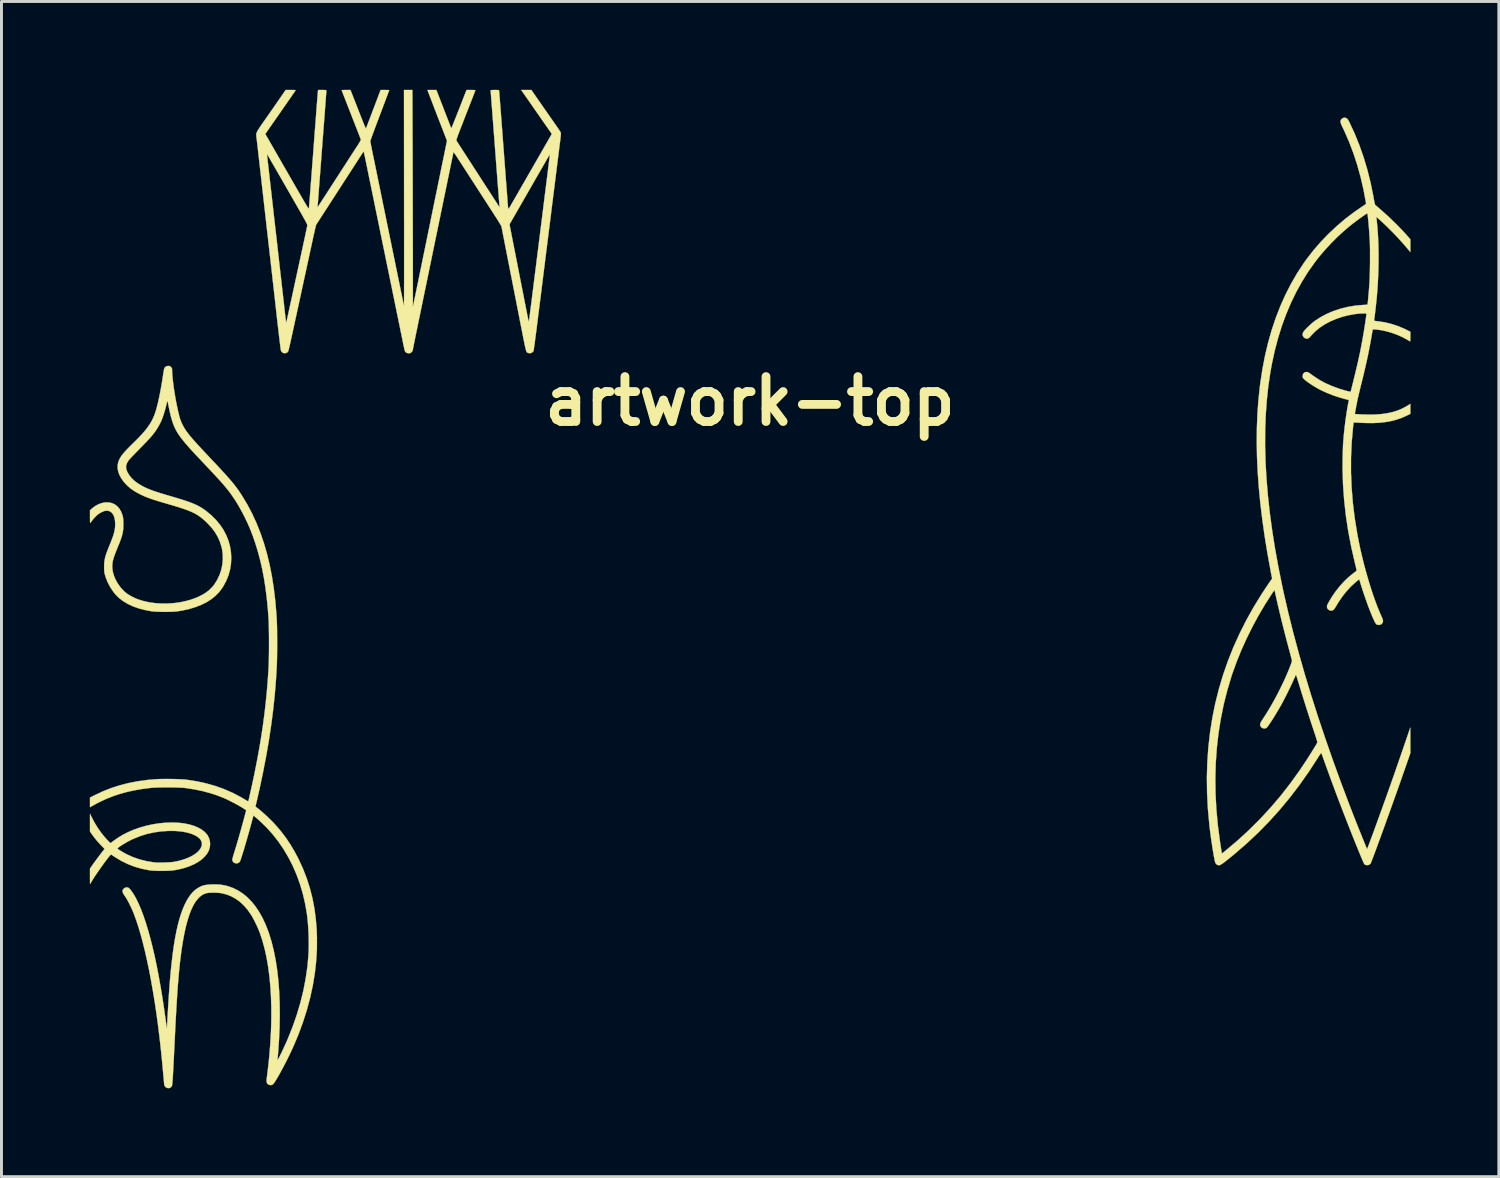
<source format=kicad_pcb>
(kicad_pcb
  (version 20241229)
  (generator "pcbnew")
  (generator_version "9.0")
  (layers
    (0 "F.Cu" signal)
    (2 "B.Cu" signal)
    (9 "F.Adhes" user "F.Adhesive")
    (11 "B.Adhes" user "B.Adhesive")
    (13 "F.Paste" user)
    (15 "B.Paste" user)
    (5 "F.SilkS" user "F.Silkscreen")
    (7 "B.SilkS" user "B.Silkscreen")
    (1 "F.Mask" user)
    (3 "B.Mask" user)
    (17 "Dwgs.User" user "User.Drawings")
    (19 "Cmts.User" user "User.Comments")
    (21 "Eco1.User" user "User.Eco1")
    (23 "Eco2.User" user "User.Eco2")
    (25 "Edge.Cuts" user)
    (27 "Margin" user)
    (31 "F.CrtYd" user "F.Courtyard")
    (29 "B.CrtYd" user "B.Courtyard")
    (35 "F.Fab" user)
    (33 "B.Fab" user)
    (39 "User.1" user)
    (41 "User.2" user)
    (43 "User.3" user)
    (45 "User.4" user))
  (footprint "artwork-top"
    (layer "F.Cu")
    (at 22.413 10.571)
    (property "Reference" "artwork-top" (at 0 0 0) (layer "F.SilkS") (effects (font (size 1.524 1.524) (thickness 0.3))))
    (attr through_hole)
    (fp_poly (pts (xy -22.325 14.175) (xy -22.241 14.33) (xy -22.144 14.486) (xy -22.039 14.636) (xy -21.929 14.776) (xy -21.817 14.901) (xy -21.768 14.95) (xy -21.711 15.005) (xy -21.622 14.938) (xy -21.467 14.828) (xy -21.31 14.731) (xy -21.144 14.645) (xy -20.965 14.566) (xy -20.931 14.552) (xy -20.724 14.478) (xy -20.51 14.417) (xy -20.291 14.368) (xy -20.07 14.333) (xy -19.85 14.312) (xy -19.635 14.305) (xy -19.427 14.311) (xy -19.23 14.332) (xy -19.046 14.368) (xy -19.014 14.376) (xy -18.863 14.423) (xy -18.729 14.481) (xy -18.613 14.547) (xy -18.516 14.622) (xy -18.439 14.705) (xy -18.413 14.742) (xy -18.365 14.838) (xy -18.337 14.94) (xy -18.329 15.046) (xy -18.341 15.152) (xy -18.374 15.256) (xy -18.427 15.355) (xy -18.428 15.356) (xy -18.51 15.459) (xy -18.612 15.555) (xy -18.733 15.642) (xy -18.873 15.72) (xy -19.029 15.789) (xy -19.202 15.847) (xy -19.389 15.894) (xy -19.552 15.925) (xy -19.625 15.933) (xy -19.715 15.94) (xy -19.817 15.944) (xy -19.926 15.946) (xy -20.037 15.946) (xy -20.146 15.944) (xy -20.246 15.939) (xy -20.334 15.933) (xy -20.397 15.925) (xy -20.653 15.873) (xy -20.898 15.803) (xy -21.131 15.712) (xy -21.355 15.602) (xy -21.568 15.472) (xy -21.585 15.461) (xy -21.692 15.388) (xy -21.718 15.413) (xy -21.741 15.437) (xy -21.775 15.478) (xy -21.817 15.532) (xy -21.867 15.598) (xy -21.922 15.672) (xy -21.98 15.753) (xy -22.04 15.837) (xy -22.1 15.922) (xy -22.158 16.006) (xy -22.212 16.085) (xy -22.261 16.158) (xy -22.302 16.223) (xy -22.33 16.267) (xy -22.357 16.313) (xy -22.38 16.352) (xy -22.397 16.379) (xy -22.404 16.39) (xy -22.404 16.391) (xy -22.405 16.381) (xy -22.407 16.352) (xy -22.407 16.307) (xy -22.408 16.248) (xy -22.408 16.179) (xy -22.408 16.133) (xy -22.408 15.871) (xy -22.361 15.801) (xy -22.332 15.759) (xy -22.293 15.704) (xy -22.247 15.64) (xy -22.196 15.571) (xy -22.143 15.5) (xy -22.092 15.431) (xy -22.045 15.369) (xy -22.005 15.317) (xy -21.975 15.278) (xy -21.972 15.275) (xy -21.912 15.202) (xy -21.928 15.185) (xy -21.473 15.185) (xy -21.467 15.197) (xy -21.447 15.214) (xy -21.412 15.238) (xy -21.39 15.252) (xy -21.182 15.373) (xy -20.963 15.473) (xy -20.734 15.554) (xy -20.495 15.615) (xy -20.246 15.656) (xy -20.19 15.662) (xy -20.145 15.665) (xy -20.083 15.666) (xy -20.008 15.665) (xy -19.925 15.664) (xy -19.839 15.661) (xy -19.756 15.657) (xy -19.68 15.653) (xy -19.616 15.648) (xy -19.569 15.642) (xy -19.564 15.641) (xy -19.401 15.608) (xy -19.25 15.566) (xy -19.112 15.517) (xy -18.987 15.461) (xy -18.878 15.399) (xy -18.785 15.332) (xy -18.71 15.26) (xy -18.654 15.184) (xy -18.619 15.106) (xy -18.609 15.064) (xy -18.609 14.995) (xy -18.63 14.929) (xy -18.67 14.868) (xy -18.729 14.811) (xy -18.806 14.759) (xy -18.899 14.713) (xy -19.006 14.674) (xy -19.127 14.641) (xy -19.261 14.616) (xy -19.405 14.598) (xy -19.56 14.589) (xy -19.722 14.589) (xy -19.739 14.589) (xy -19.998 14.606) (xy -20.246 14.642) (xy -20.486 14.696) (xy -20.719 14.77) (xy -20.949 14.865) (xy -21.027 14.901) (xy -21.084 14.931) (xy -21.147 14.965) (xy -21.214 15.004) (xy -21.28 15.044) (xy -21.341 15.082) (xy -21.395 15.118) (xy -21.437 15.148) (xy -21.464 15.17) (xy -21.47 15.176) (xy -21.473 15.185) (xy -21.928 15.185) (xy -22.034 15.077) (xy -22.151 14.949) (xy -22.263 14.812) (xy -22.363 14.676) (xy -22.365 14.673) (xy -22.408 14.609) (xy -22.408 14.008) (xy -22.325 14.175)) (stroke (width 0.01) (type solid)) (fill yes) (layer "F.SilkS"))
    (fp_poly (pts (xy 20.206 -9.624) (xy 20.239 -9.611) (xy 20.244 -9.608) (xy 20.265 -9.597) (xy 20.282 -9.584) (xy 20.298 -9.564) (xy 20.316 -9.535) (xy 20.339 -9.492) (xy 20.359 -9.452) (xy 20.533 -9.078) (xy 20.69 -8.689) (xy 20.832 -8.286) (xy 20.957 -7.869) (xy 21.065 -7.44) (xy 21.156 -6.999) (xy 21.183 -6.847) (xy 21.194 -6.787) (xy 21.205 -6.735) (xy 21.215 -6.695) (xy 21.223 -6.67) (xy 21.226 -6.665) (xy 21.239 -6.654) (xy 21.265 -6.631) (xy 21.304 -6.598) (xy 21.35 -6.558) (xy 21.402 -6.513) (xy 21.407 -6.509) (xy 21.678 -6.267) (xy 21.939 -6.015) (xy 22.185 -5.76) (xy 22.333 -5.597) (xy 22.42 -5.498) (xy 22.42 -5.064) (xy 22.383 -5.108) (xy 22.214 -5.308) (xy 22.032 -5.511) (xy 21.841 -5.713) (xy 21.648 -5.907) (xy 21.456 -6.089) (xy 21.348 -6.186) (xy 21.265 -6.259) (xy 21.272 -6.197) (xy 21.3 -5.922) (xy 21.321 -5.629) (xy 21.335 -5.321) (xy 21.341 -5.002) (xy 21.34 -4.675) (xy 21.332 -4.343) (xy 21.316 -4.009) (xy 21.296 -3.708) (xy 21.287 -3.611) (xy 21.277 -3.499) (xy 21.265 -3.38) (xy 21.252 -3.257) (xy 21.239 -3.137) (xy 21.226 -3.025) (xy 21.213 -2.926) (xy 21.206 -2.868) (xy 21.199 -2.818) (xy 21.193 -2.776) (xy 21.19 -2.747) (xy 21.189 -2.738) (xy 21.2 -2.731) (xy 21.232 -2.724) (xy 21.281 -2.716) (xy 21.322 -2.712) (xy 21.551 -2.678) (xy 21.781 -2.622) (xy 22.009 -2.547) (xy 22.231 -2.453) (xy 22.298 -2.419) (xy 22.42 -2.357) (xy 22.42 -2.195) (xy 22.419 -2.137) (xy 22.418 -2.088) (xy 22.417 -2.053) (xy 22.414 -2.034) (xy 22.413 -2.032) (xy 22.402 -2.037) (xy 22.375 -2.052) (xy 22.337 -2.073) (xy 22.301 -2.095) (xy 22.146 -2.178) (xy 21.979 -2.252) (xy 21.804 -2.316) (xy 21.628 -2.368) (xy 21.455 -2.407) (xy 21.29 -2.431) (xy 21.248 -2.434) (xy 21.2 -2.438) (xy 21.169 -2.438) (xy 21.152 -2.436) (xy 21.144 -2.429) (xy 21.14 -2.417) (xy 21.14 -2.415) (xy 21.136 -2.396) (xy 21.129 -2.358) (xy 21.12 -2.306) (xy 21.109 -2.243) (xy 21.097 -2.173) (xy 21.094 -2.154) (xy 21.06 -1.965) (xy 21.024 -1.775) (xy 20.985 -1.58) (xy 20.941 -1.378) (xy 20.894 -1.166) (xy 20.841 -0.94) (xy 20.782 -0.697) (xy 20.743 -0.542) (xy 20.719 -0.445) (xy 20.696 -0.349) (xy 20.674 -0.257) (xy 20.654 -0.173) (xy 20.637 -0.101) (xy 20.625 -0.045) (xy 20.62 -0.023) (xy 20.606 0.051) (xy 20.591 0.126) (xy 20.577 0.2) (xy 20.564 0.269) (xy 20.553 0.33) (xy 20.545 0.381) (xy 20.539 0.416) (xy 20.537 0.434) (xy 20.537 0.436) (xy 20.549 0.437) (xy 20.58 0.439) (xy 20.627 0.442) (xy 20.688 0.445) (xy 20.758 0.449) (xy 20.806 0.451) (xy 21.038 0.457) (xy 21.253 0.452) (xy 21.452 0.436) (xy 21.638 0.409) (xy 21.813 0.37) (xy 21.978 0.319) (xy 22.03 0.3) (xy 22.086 0.276) (xy 22.153 0.245) (xy 22.224 0.208) (xy 22.291 0.171) (xy 22.349 0.137) (xy 22.371 0.122) (xy 22.42 0.089) (xy 22.42 0.43) (xy 22.27 0.502) (xy 22.107 0.573) (xy 21.938 0.63) (xy 21.761 0.676) (xy 21.574 0.709) (xy 21.376 0.731) (xy 21.163 0.742) (xy 20.933 0.741) (xy 20.762 0.734) (xy 20.688 0.73) (xy 20.621 0.727) (xy 20.566 0.725) (xy 20.524 0.724) (xy 20.5 0.724) (xy 20.496 0.724) (xy 20.493 0.736) (xy 20.489 0.767) (xy 20.483 0.811) (xy 20.476 0.866) (xy 20.474 0.892) (xy 20.429 1.393) (xy 20.406 1.9) (xy 20.405 2.413) (xy 20.426 2.93) (xy 20.468 3.453) (xy 20.533 3.981) (xy 20.62 4.515) (xy 20.658 4.713) (xy 20.712 4.978) (xy 20.774 5.246) (xy 20.84 5.515) (xy 20.912 5.783) (xy 20.987 6.046) (xy 21.065 6.301) (xy 21.145 6.547) (xy 21.227 6.78) (xy 21.309 6.997) (xy 21.391 7.197) (xy 21.442 7.311) (xy 21.469 7.372) (xy 21.485 7.419) (xy 21.492 7.455) (xy 21.49 7.486) (xy 21.48 7.516) (xy 21.477 7.523) (xy 21.446 7.563) (xy 21.403 7.588) (xy 21.352 7.597) (xy 21.299 7.589) (xy 21.278 7.58) (xy 21.26 7.566) (xy 21.24 7.539) (xy 21.216 7.5) (xy 21.189 7.445) (xy 21.156 7.374) (xy 21.118 7.284) (xy 21.073 7.175) (xy 21.068 7.163) (xy 21.03 7.065) (xy 20.987 6.953) (xy 20.943 6.83) (xy 20.898 6.702) (xy 20.853 6.573) (xy 20.81 6.446) (xy 20.772 6.327) (xy 20.738 6.22) (xy 20.711 6.129) (xy 20.709 6.121) (xy 20.698 6.085) (xy 20.688 6.06) (xy 20.682 6.051) (xy 20.671 6.058) (xy 20.646 6.077) (xy 20.611 6.104) (xy 20.569 6.139) (xy 20.562 6.145) (xy 20.4 6.293) (xy 20.25 6.455) (xy 20.109 6.634) (xy 19.976 6.831) (xy 19.914 6.934) (xy 19.874 7) (xy 19.841 7.049) (xy 19.812 7.081) (xy 19.784 7.1) (xy 19.755 7.109) (xy 19.722 7.109) (xy 19.718 7.109) (xy 19.663 7.094) (xy 19.621 7.063) (xy 19.595 7.016) (xy 19.59 6.99) (xy 19.588 6.966) (xy 19.592 6.942) (xy 19.603 6.912) (xy 19.622 6.872) (xy 19.637 6.845) (xy 19.753 6.647) (xy 19.885 6.456) (xy 20.029 6.275) (xy 20.183 6.106) (xy 20.345 5.954) (xy 20.495 5.833) (xy 20.534 5.804) (xy 20.567 5.78) (xy 20.588 5.763) (xy 20.594 5.758) (xy 20.594 5.745) (xy 20.589 5.714) (xy 20.58 5.667) (xy 20.567 5.609) (xy 20.551 5.543) (xy 20.546 5.525) (xy 20.42 4.979) (xy 20.315 4.437) (xy 20.233 3.899) (xy 20.173 3.365) (xy 20.135 2.835) (xy 20.119 2.309) (xy 20.121 1.998) (xy 20.122 1.895) (xy 20.125 1.791) (xy 20.128 1.691) (xy 20.131 1.598) (xy 20.134 1.516) (xy 20.137 1.451) (xy 20.139 1.417) (xy 20.161 1.155) (xy 20.188 0.891) (xy 20.221 0.629) (xy 20.258 0.375) (xy 20.299 0.135) (xy 20.326 -0.006) (xy 20.333 -0.041) (xy 20.205 -0.073) (xy 19.999 -0.131) (xy 19.787 -0.202) (xy 19.58 -0.285) (xy 19.385 -0.374) (xy 19.365 -0.385) (xy 19.284 -0.428) (xy 19.198 -0.478) (xy 19.11 -0.531) (xy 19.026 -0.586) (xy 18.949 -0.639) (xy 18.883 -0.688) (xy 18.833 -0.73) (xy 18.826 -0.736) (xy 18.793 -0.768) (xy 18.774 -0.792) (xy 18.765 -0.812) (xy 18.762 -0.836) (xy 18.762 -0.845) (xy 18.771 -0.904) (xy 18.796 -0.949) (xy 18.833 -0.979) (xy 18.879 -0.992) (xy 18.931 -0.987) (xy 18.985 -0.961) (xy 18.991 -0.957) (xy 19.023 -0.934) (xy 19.066 -0.902) (xy 19.114 -0.868) (xy 19.136 -0.852) (xy 19.323 -0.729) (xy 19.526 -0.618) (xy 19.747 -0.519) (xy 19.987 -0.43) (xy 19.997 -0.427) (xy 20.055 -0.408) (xy 20.118 -0.389) (xy 20.183 -0.37) (xy 20.245 -0.353) (xy 20.301 -0.338) (xy 20.347 -0.327) (xy 20.379 -0.32) (xy 20.393 -0.319) (xy 20.394 -0.319) (xy 20.397 -0.33) (xy 20.405 -0.361) (xy 20.417 -0.409) (xy 20.433 -0.472) (xy 20.451 -0.547) (xy 20.473 -0.633) (xy 20.496 -0.727) (xy 20.504 -0.762) (xy 20.554 -0.963) (xy 20.597 -1.146) (xy 20.637 -1.315) (xy 20.672 -1.474) (xy 20.705 -1.626) (xy 20.735 -1.775) (xy 20.764 -1.925) (xy 20.793 -2.08) (xy 20.821 -2.243) (xy 20.822 -2.247) (xy 20.835 -2.321) (xy 20.848 -2.403) (xy 20.862 -2.49) (xy 20.875 -2.577) (xy 20.889 -2.663) (xy 20.901 -2.744) (xy 20.911 -2.817) (xy 20.92 -2.878) (xy 20.926 -2.925) (xy 20.929 -2.954) (xy 20.93 -2.96) (xy 20.927 -2.97) (xy 20.917 -2.976) (xy 20.895 -2.979) (xy 20.858 -2.98) (xy 20.823 -2.98) (xy 20.705 -2.975) (xy 20.573 -2.962) (xy 20.433 -2.94) (xy 20.291 -2.911) (xy 20.152 -2.876) (xy 20.098 -2.861) (xy 19.887 -2.788) (xy 19.69 -2.703) (xy 19.509 -2.605) (xy 19.344 -2.497) (xy 19.198 -2.377) (xy 19.071 -2.248) (xy 19.07 -2.247) (xy 19.033 -2.206) (xy 18.999 -2.171) (xy 18.971 -2.146) (xy 18.957 -2.135) (xy 18.912 -2.123) (xy 18.864 -2.13) (xy 18.818 -2.155) (xy 18.799 -2.172) (xy 18.769 -2.219) (xy 18.761 -2.269) (xy 18.775 -2.324) (xy 18.796 -2.362) (xy 18.823 -2.397) (xy 18.864 -2.442) (xy 18.915 -2.494) (xy 18.973 -2.55) (xy 19.033 -2.606) (xy 19.092 -2.658) (xy 19.147 -2.703) (xy 19.18 -2.728) (xy 19.374 -2.854) (xy 19.583 -2.965) (xy 19.806 -3.06) (xy 20.039 -3.138) (xy 20.281 -3.199) (xy 20.53 -3.241) (xy 20.739 -3.262) (xy 20.8 -3.266) (xy 20.855 -3.27) (xy 20.899 -3.272) (xy 20.927 -3.274) (xy 20.932 -3.274) (xy 20.959 -3.281) (xy 20.968 -3.294) (xy 20.971 -3.311) (xy 20.975 -3.348) (xy 20.981 -3.401) (xy 20.987 -3.468) (xy 20.994 -3.544) (xy 21.001 -3.627) (xy 21.009 -3.714) (xy 21.016 -3.801) (xy 21.023 -3.886) (xy 21.028 -3.965) (xy 21.032 -4.013) (xy 21.036 -4.097) (xy 21.041 -4.201) (xy 21.044 -4.319) (xy 21.047 -4.448) (xy 21.049 -4.585) (xy 21.051 -4.725) (xy 21.051 -4.866) (xy 21.051 -5.003) (xy 21.051 -5.132) (xy 21.049 -5.25) (xy 21.047 -5.352) (xy 21.044 -5.43) (xy 21.038 -5.527) (xy 21.032 -5.63) (xy 21.025 -5.735) (xy 21.017 -5.839) (xy 21.009 -5.942) (xy 21.001 -6.039) (xy 20.992 -6.129) (xy 20.984 -6.208) (xy 20.977 -6.275) (xy 20.97 -6.327) (xy 20.964 -6.361) (xy 20.959 -6.375) (xy 20.948 -6.371) (xy 20.92 -6.356) (xy 20.879 -6.33) (xy 20.828 -6.295) (xy 20.767 -6.252) (xy 20.7 -6.204) (xy 20.629 -6.152) (xy 20.556 -6.097) (xy 20.483 -6.042) (xy 20.413 -5.987) (xy 20.36 -5.945) (xy 20.15 -5.767) (xy 19.939 -5.572) (xy 19.732 -5.364) (xy 19.532 -5.149) (xy 19.344 -4.929) (xy 19.183 -4.724) (xy 18.954 -4.401) (xy 18.742 -4.062) (xy 18.546 -3.708) (xy 18.366 -3.338) (xy 18.204 -2.954) (xy 18.057 -2.554) (xy 17.928 -2.14) (xy 17.815 -1.712) (xy 17.719 -1.269) (xy 17.667 -0.982) (xy 17.598 -0.511) (xy 17.546 -0.025) (xy 17.51 0.476) (xy 17.491 0.992) (xy 17.489 1.523) (xy 17.504 2.069) (xy 17.536 2.63) (xy 17.584 3.206) (xy 17.649 3.797) (xy 17.731 4.403) (xy 17.83 5.025) (xy 17.946 5.661) (xy 18.078 6.312) (xy 18.123 6.519) (xy 18.273 7.173) (xy 18.44 7.843) (xy 18.624 8.527) (xy 18.823 9.227) (xy 19.039 9.942) (xy 19.271 10.671) (xy 19.52 11.415) (xy 19.784 12.174) (xy 20.065 12.947) (xy 20.362 13.734) (xy 20.41 13.857) (xy 20.445 13.949) (xy 20.484 14.049) (xy 20.526 14.155) (xy 20.569 14.265) (xy 20.614 14.378) (xy 20.659 14.491) (xy 20.704 14.602) (xy 20.747 14.709) (xy 20.788 14.811) (xy 20.826 14.906) (xy 20.861 14.991) (xy 20.891 15.065) (xy 20.916 15.125) (xy 20.935 15.17) (xy 20.948 15.198) (xy 20.952 15.206) (xy 20.957 15.196) (xy 20.969 15.166) (xy 20.988 15.117) (xy 21.013 15.052) (xy 21.043 14.972) (xy 21.077 14.877) (xy 21.117 14.771) (xy 21.16 14.654) (xy 21.206 14.527) (xy 21.255 14.393) (xy 21.306 14.252) (xy 21.359 14.107) (xy 21.412 13.958) (xy 21.467 13.807) (xy 21.521 13.657) (xy 21.575 13.507) (xy 21.627 13.36) (xy 21.678 13.218) (xy 21.727 13.081) (xy 21.773 12.951) (xy 21.815 12.83) (xy 21.829 12.79) (xy 21.85 12.731) (xy 21.877 12.654) (xy 21.909 12.562) (xy 21.944 12.459) (xy 21.984 12.346) (xy 22.025 12.226) (xy 22.068 12.102) (xy 22.111 11.977) (xy 22.154 11.852) (xy 22.196 11.731) (xy 22.235 11.616) (xy 22.272 11.51) (xy 22.304 11.415) (xy 22.332 11.335) (xy 22.354 11.271) (xy 22.367 11.232) (xy 22.418 11.08) (xy 22.419 11.515) (xy 22.42 11.949) (xy 22.263 12.401) (xy 22.208 12.557) (xy 22.151 12.722) (xy 22.091 12.892) (xy 22.029 13.068) (xy 21.965 13.248) (xy 21.9 13.43) (xy 21.835 13.613) (xy 21.769 13.797) (xy 21.704 13.979) (xy 21.639 14.159) (xy 21.576 14.335) (xy 21.514 14.507) (xy 21.454 14.671) (xy 21.397 14.829) (xy 21.342 14.977) (xy 21.292 15.115) (xy 21.245 15.242) (xy 21.203 15.356) (xy 21.165 15.456) (xy 21.133 15.541) (xy 21.106 15.609) (xy 21.086 15.66) (xy 21.073 15.692) (xy 21.067 15.702) (xy 21.032 15.733) (xy 20.987 15.749) (xy 20.938 15.752) (xy 20.892 15.741) (xy 20.859 15.717) (xy 20.848 15.699) (xy 20.83 15.662) (xy 20.806 15.607) (xy 20.775 15.535) (xy 20.738 15.447) (xy 20.696 15.346) (xy 20.649 15.232) (xy 20.598 15.107) (xy 20.543 14.972) (xy 20.486 14.829) (xy 20.426 14.679) (xy 20.365 14.523) (xy 20.302 14.363) (xy 20.239 14.201) (xy 20.175 14.038) (xy 20.112 13.875) (xy 20.05 13.713) (xy 19.99 13.555) (xy 19.931 13.401) (xy 19.913 13.353) (xy 19.867 13.23) (xy 19.817 13.095) (xy 19.764 12.952) (xy 19.71 12.806) (xy 19.657 12.659) (xy 19.605 12.516) (xy 19.556 12.381) (xy 19.511 12.257) (xy 19.473 12.148) (xy 19.456 12.102) (xy 19.437 12.047) (xy 19.419 11.999) (xy 19.405 11.963) (xy 19.397 11.944) (xy 19.395 11.941) (xy 19.387 11.948) (xy 19.37 11.97) (xy 19.344 12.007) (xy 19.313 12.054) (xy 19.281 12.105) (xy 18.978 12.573) (xy 18.661 13.023) (xy 18.33 13.456) (xy 17.985 13.872) (xy 17.626 14.27) (xy 17.251 14.653) (xy 16.862 15.018) (xy 16.457 15.368) (xy 16.397 15.418) (xy 16.296 15.5) (xy 16.211 15.569) (xy 16.14 15.625) (xy 16.081 15.67) (xy 16.033 15.704) (xy 15.993 15.729) (xy 15.961 15.745) (xy 15.934 15.754) (xy 15.912 15.756) (xy 15.891 15.752) (xy 15.871 15.744) (xy 15.861 15.739) (xy 15.829 15.715) (xy 15.804 15.683) (xy 15.802 15.679) (xy 15.793 15.653) (xy 15.781 15.606) (xy 15.768 15.541) (xy 15.752 15.461) (xy 15.736 15.368) (xy 15.718 15.264) (xy 15.7 15.151) (xy 15.682 15.032) (xy 15.664 14.909) (xy 15.646 14.784) (xy 15.63 14.66) (xy 15.614 14.539) (xy 15.601 14.424) (xy 15.597 14.388) (xy 15.547 13.845) (xy 15.519 13.311) (xy 15.513 12.809) (xy 15.799 12.809) (xy 15.806 13.334) (xy 15.835 13.866) (xy 15.885 14.405) (xy 15.957 14.951) (xy 15.985 15.136) (xy 15.996 15.202) (xy 16.005 15.259) (xy 16.012 15.305) (xy 16.017 15.336) (xy 16.019 15.348) (xy 16.021 15.352) (xy 16.03 15.349) (xy 16.047 15.338) (xy 16.074 15.317) (xy 16.116 15.284) (xy 16.152 15.255) (xy 16.56 14.91) (xy 16.951 14.551) (xy 17.326 14.177) (xy 17.686 13.786) (xy 18.031 13.38) (xy 18.36 12.956) (xy 18.676 12.515) (xy 18.843 12.265) (xy 18.889 12.196) (xy 18.938 12.119) (xy 18.989 12.038) (xy 19.041 11.956) (xy 19.091 11.876) (xy 19.137 11.801) (xy 19.179 11.733) (xy 19.213 11.676) (xy 19.238 11.632) (xy 19.252 11.608) (xy 19.256 11.599) (xy 19.259 11.59) (xy 19.26 11.578) (xy 19.258 11.562) (xy 19.254 11.539) (xy 19.245 11.508) (xy 19.233 11.467) (xy 19.216 11.413) (xy 19.194 11.344) (xy 19.166 11.26) (xy 19.132 11.156) (xy 19.112 11.097) (xy 19.039 10.876) (xy 18.964 10.646) (xy 18.889 10.412) (xy 18.816 10.179) (xy 18.745 9.953) (xy 18.679 9.737) (xy 18.62 9.542) (xy 18.598 9.47) (xy 18.578 9.406) (xy 18.561 9.353) (xy 18.547 9.315) (xy 18.538 9.292) (xy 18.535 9.288) (xy 18.529 9.301) (xy 18.515 9.331) (xy 18.495 9.374) (xy 18.47 9.428) (xy 18.446 9.483) (xy 18.404 9.576) (xy 18.354 9.682) (xy 18.299 9.796) (xy 18.241 9.914) (xy 18.183 10.029) (xy 18.127 10.138) (xy 18.076 10.235) (xy 18.04 10.301) (xy 17.982 10.403) (xy 17.922 10.506) (xy 17.862 10.607) (xy 17.803 10.703) (xy 17.746 10.794) (xy 17.693 10.876) (xy 17.645 10.948) (xy 17.603 11.008) (xy 17.569 11.054) (xy 17.544 11.083) (xy 17.534 11.092) (xy 17.488 11.111) (xy 17.438 11.111) (xy 17.391 11.094) (xy 17.352 11.064) (xy 17.328 11.022) (xy 17.321 10.994) (xy 17.32 10.966) (xy 17.328 10.936) (xy 17.345 10.899) (xy 17.372 10.852) (xy 17.412 10.791) (xy 17.417 10.783) (xy 17.545 10.584) (xy 17.675 10.368) (xy 17.804 10.14) (xy 17.929 9.905) (xy 18.048 9.666) (xy 18.159 9.431) (xy 18.179 9.386) (xy 18.229 9.271) (xy 18.274 9.165) (xy 18.313 9.069) (xy 18.346 8.985) (xy 18.372 8.914) (xy 18.39 8.86) (xy 18.399 8.823) (xy 18.401 8.811) (xy 18.398 8.795) (xy 18.39 8.76) (xy 18.377 8.709) (xy 18.36 8.644) (xy 18.34 8.568) (xy 18.317 8.483) (xy 18.299 8.416) (xy 18.254 8.248) (xy 18.206 8.065) (xy 18.156 7.871) (xy 18.105 7.671) (xy 18.055 7.471) (xy 18.007 7.275) (xy 17.963 7.087) (xy 17.922 6.914) (xy 17.899 6.813) (xy 17.88 6.728) (xy 17.862 6.649) (xy 17.846 6.578) (xy 17.833 6.519) (xy 17.823 6.475) (xy 17.817 6.449) (xy 17.816 6.446) (xy 17.807 6.406) (xy 17.716 6.542) (xy 17.486 6.902) (xy 17.266 7.275) (xy 17.058 7.659) (xy 16.864 8.05) (xy 16.686 8.443) (xy 16.526 8.837) (xy 16.384 9.228) (xy 16.348 9.336) (xy 16.206 9.811) (xy 16.084 10.293) (xy 15.985 10.782) (xy 15.906 11.278) (xy 15.849 11.781) (xy 15.813 12.292) (xy 15.799 12.809) (xy 15.513 12.809) (xy 15.512 12.784) (xy 15.527 12.264) (xy 15.562 11.751) (xy 15.62 11.246) (xy 15.698 10.747) (xy 15.798 10.255) (xy 15.92 9.77) (xy 16.063 9.291) (xy 16.227 8.818) (xy 16.413 8.352) (xy 16.621 7.892) (xy 16.85 7.437) (xy 17.101 6.988) (xy 17.374 6.545) (xy 17.491 6.367) (xy 17.533 6.303) (xy 17.576 6.24) (xy 17.615 6.182) (xy 17.649 6.134) (xy 17.671 6.102) (xy 17.727 6.023) (xy 17.684 5.803) (xy 17.574 5.197) (xy 17.477 4.608) (xy 17.396 4.035) (xy 17.328 3.477) (xy 17.276 2.934) (xy 17.238 2.406) (xy 17.214 1.891) (xy 17.205 1.389) (xy 17.21 0.899) (xy 17.229 0.422) (xy 17.263 -0.044) (xy 17.311 -0.5) (xy 17.323 -0.595) (xy 17.395 -1.07) (xy 17.483 -1.531) (xy 17.588 -1.977) (xy 17.71 -2.408) (xy 17.849 -2.824) (xy 18.005 -3.225) (xy 18.177 -3.611) (xy 18.367 -3.983) (xy 18.573 -4.339) (xy 18.797 -4.681) (xy 18.896 -4.82) (xy 19.125 -5.116) (xy 19.373 -5.403) (xy 19.639 -5.68) (xy 19.919 -5.943) (xy 20.212 -6.192) (xy 20.516 -6.423) (xy 20.774 -6.601) (xy 20.829 -6.637) (xy 20.868 -6.664) (xy 20.893 -6.683) (xy 20.908 -6.697) (xy 20.914 -6.71) (xy 20.915 -6.722) (xy 20.913 -6.732) (xy 20.832 -7.172) (xy 20.734 -7.599) (xy 20.619 -8.014) (xy 20.488 -8.416) (xy 20.341 -8.803) (xy 20.179 -9.174) (xy 20.117 -9.303) (xy 20.083 -9.376) (xy 20.06 -9.433) (xy 20.05 -9.479) (xy 20.05 -9.515) (xy 20.06 -9.546) (xy 20.078 -9.572) (xy 20.109 -9.599) (xy 20.147 -9.618) (xy 20.151 -9.619) (xy 20.181 -9.626) (xy 20.206 -9.624)) (stroke (width 0.01) (type solid)) (fill yes) (layer "F.SilkS"))
    (fp_poly (pts (xy -19.716 -1.194) (xy -19.69 -1.185) (xy -19.663 -1.163) (xy -19.658 -1.158) (xy -19.638 -1.136) (xy -19.626 -1.116) (xy -19.621 -1.091) (xy -19.62 -1.052) (xy -19.62 -1.043) (xy -19.617 -0.953) (xy -19.609 -0.846) (xy -19.597 -0.723) (xy -19.58 -0.588) (xy -19.561 -0.444) (xy -19.538 -0.295) (xy -19.513 -0.143) (xy -19.486 0.007) (xy -19.457 0.152) (xy -19.428 0.29) (xy -19.399 0.417) (xy -19.37 0.53) (xy -19.354 0.587) (xy -19.317 0.689) (xy -19.267 0.798) (xy -19.209 0.905) (xy -19.146 1.003) (xy -19.142 1.009) (xy -19.108 1.055) (xy -19.074 1.1) (xy -19.038 1.146) (xy -18.998 1.195) (xy -18.954 1.247) (xy -18.904 1.305) (xy -18.847 1.369) (xy -18.782 1.441) (xy -18.707 1.523) (xy -18.622 1.615) (xy -18.524 1.72) (xy -18.413 1.838) (xy -18.3 1.959) (xy -18.163 2.103) (xy -18.042 2.233) (xy -17.934 2.35) (xy -17.837 2.455) (xy -17.752 2.55) (xy -17.675 2.637) (xy -17.607 2.716) (xy -17.546 2.79) (xy -17.491 2.859) (xy -17.439 2.926) (xy -17.391 2.992) (xy -17.345 3.058) (xy -17.3 3.126) (xy -17.253 3.197) (xy -17.24 3.218) (xy -17.063 3.513) (xy -16.901 3.82) (xy -16.754 4.141) (xy -16.621 4.475) (xy -16.502 4.823) (xy -16.397 5.186) (xy -16.306 5.564) (xy -16.229 5.957) (xy -16.166 6.367) (xy -16.115 6.795) (xy -16.078 7.239) (xy -16.064 7.485) (xy -16.061 7.564) (xy -16.058 7.663) (xy -16.056 7.778) (xy -16.055 7.904) (xy -16.054 8.039) (xy -16.053 8.179) (xy -16.054 8.32) (xy -16.054 8.458) (xy -16.056 8.592) (xy -16.057 8.716) (xy -16.06 8.827) (xy -16.063 8.922) (xy -16.064 8.958) (xy -16.093 9.456) (xy -16.134 9.957) (xy -16.187 10.463) (xy -16.253 10.976) (xy -16.331 11.499) (xy -16.423 12.032) (xy -16.528 12.577) (xy -16.646 13.138) (xy -16.721 13.467) (xy -16.79 13.765) (xy -16.757 13.788) (xy -16.675 13.851) (xy -16.583 13.928) (xy -16.484 14.015) (xy -16.382 14.109) (xy -16.282 14.207) (xy -16.186 14.304) (xy -16.099 14.398) (xy -16.072 14.427) (xy -15.902 14.63) (xy -15.747 14.836) (xy -15.604 15.051) (xy -15.469 15.277) (xy -15.339 15.521) (xy -15.319 15.562) (xy -15.174 15.878) (xy -15.049 16.2) (xy -14.944 16.529) (xy -14.857 16.867) (xy -14.79 17.215) (xy -14.742 17.573) (xy -14.712 17.943) (xy -14.702 18.209) (xy -14.704 18.611) (xy -14.729 19.016) (xy -14.775 19.425) (xy -14.843 19.837) (xy -14.933 20.251) (xy -15.044 20.666) (xy -15.177 21.082) (xy -15.33 21.499) (xy -15.494 21.889) (xy -15.544 21.999) (xy -15.598 22.115) (xy -15.655 22.233) (xy -15.714 22.353) (xy -15.775 22.471) (xy -15.835 22.588) (xy -15.895 22.699) (xy -15.952 22.805) (xy -16.007 22.902) (xy -16.057 22.988) (xy -16.102 23.063) (xy -16.141 23.123) (xy -16.174 23.168) (xy -16.197 23.195) (xy -16.204 23.2) (xy -16.255 23.219) (xy -16.309 23.217) (xy -16.359 23.195) (xy -16.386 23.172) (xy -16.403 23.142) (xy -16.411 23.102) (xy -16.412 23.047) (xy -16.405 22.975) (xy -16.405 22.975) (xy -16.389 22.85) (xy -16.373 22.721) (xy -16.358 22.591) (xy -16.344 22.466) (xy -16.332 22.351) (xy -16.322 22.252) (xy -16.318 22.216) (xy -16.285 21.796) (xy -16.262 21.386) (xy -16.251 20.988) (xy -16.251 20.601) (xy -16.262 20.227) (xy -16.284 19.867) (xy -16.317 19.522) (xy -16.361 19.192) (xy -16.415 18.878) (xy -16.481 18.582) (xy -16.557 18.303) (xy -16.641 18.053) (xy -16.677 17.962) (xy -16.72 17.86) (xy -16.769 17.754) (xy -16.82 17.65) (xy -16.871 17.553) (xy -16.919 17.469) (xy -16.939 17.436) (xy -17.055 17.27) (xy -17.18 17.124) (xy -17.314 16.999) (xy -17.458 16.895) (xy -17.611 16.81) (xy -17.773 16.747) (xy -17.943 16.704) (xy -17.957 16.702) (xy -18.018 16.694) (xy -18.093 16.689) (xy -18.176 16.686) (xy -18.259 16.686) (xy -18.336 16.688) (xy -18.399 16.694) (xy -18.417 16.696) (xy -18.511 16.721) (xy -18.6 16.766) (xy -18.685 16.831) (xy -18.765 16.915) (xy -18.841 17.019) (xy -18.912 17.143) (xy -18.979 17.288) (xy -19.042 17.454) (xy -19.1 17.641) (xy -19.155 17.849) (xy -19.205 18.078) (xy -19.252 18.329) (xy -19.295 18.602) (xy -19.32 18.788) (xy -19.337 18.923) (xy -19.354 19.062) (xy -19.369 19.206) (xy -19.384 19.355) (xy -19.398 19.513) (xy -19.412 19.679) (xy -19.426 19.856) (xy -19.44 20.044) (xy -19.453 20.246) (xy -19.467 20.462) (xy -19.48 20.694) (xy -19.494 20.943) (xy -19.508 21.21) (xy -19.522 21.498) (xy -19.535 21.771) (xy -19.546 21.992) (xy -19.556 22.191) (xy -19.565 22.37) (xy -19.573 22.53) (xy -19.58 22.67) (xy -19.587 22.793) (xy -19.593 22.899) (xy -19.599 22.989) (xy -19.604 23.064) (xy -19.609 23.125) (xy -19.614 23.173) (xy -19.618 23.209) (xy -19.622 23.233) (xy -19.626 23.248) (xy -19.627 23.25) (xy -19.657 23.29) (xy -19.699 23.315) (xy -19.748 23.323) (xy -19.797 23.314) (xy -19.839 23.288) (xy -19.87 23.253) (xy -19.885 23.218) (xy -19.885 23.218) (xy -19.887 23.197) (xy -19.892 23.158) (xy -19.897 23.102) (xy -19.903 23.034) (xy -19.91 22.955) (xy -19.918 22.87) (xy -19.92 22.849) (xy -19.959 22.42) (xy -20.002 21.998) (xy -20.049 21.584) (xy -20.099 21.18) (xy -20.153 20.785) (xy -20.21 20.402) (xy -20.271 20.03) (xy -20.334 19.672) (xy -20.399 19.328) (xy -20.468 19) (xy -20.538 18.687) (xy -20.611 18.392) (xy -20.685 18.116) (xy -20.761 17.858) (xy -20.839 17.621) (xy -20.918 17.405) (xy -20.928 17.379) (xy -20.969 17.281) (xy -21.016 17.178) (xy -21.065 17.077) (xy -21.114 16.982) (xy -21.162 16.896) (xy -21.206 16.825) (xy -21.225 16.798) (xy -21.259 16.749) (xy -21.281 16.711) (xy -21.294 16.68) (xy -21.299 16.65) (xy -21.3 16.65) (xy -21.301 16.616) (xy -21.295 16.592) (xy -21.277 16.567) (xy -21.266 16.555) (xy -21.221 16.52) (xy -21.172 16.505) (xy -21.121 16.512) (xy -21.088 16.529) (xy -21.061 16.554) (xy -21.026 16.595) (xy -20.986 16.649) (xy -20.943 16.714) (xy -20.899 16.784) (xy -20.857 16.857) (xy -20.835 16.899) (xy -20.752 17.071) (xy -20.67 17.264) (xy -20.59 17.478) (xy -20.511 17.713) (xy -20.434 17.967) (xy -20.358 18.241) (xy -20.284 18.533) (xy -20.212 18.843) (xy -20.143 19.17) (xy -20.076 19.514) (xy -20.012 19.873) (xy -19.95 20.247) (xy -19.891 20.635) (xy -19.869 20.794) (xy -19.855 20.89) (xy -19.842 20.981) (xy -19.831 21.064) (xy -19.82 21.136) (xy -19.812 21.194) (xy -19.805 21.236) (xy -19.802 21.257) (xy -19.792 21.308) (xy -19.791 21.24) (xy -19.79 21.205) (xy -19.787 21.15) (xy -19.784 21.078) (xy -19.779 20.992) (xy -19.774 20.895) (xy -19.768 20.788) (xy -19.761 20.676) (xy -19.754 20.561) (xy -19.747 20.445) (xy -19.74 20.332) (xy -19.733 20.223) (xy -19.727 20.123) (xy -19.721 20.043) (xy -19.695 19.688) (xy -19.665 19.355) (xy -19.633 19.043) (xy -19.598 18.752) (xy -19.56 18.48) (xy -19.518 18.228) (xy -19.473 17.995) (xy -19.425 17.78) (xy -19.372 17.583) (xy -19.316 17.402) (xy -19.256 17.238) (xy -19.192 17.09) (xy -19.124 16.956) (xy -19.052 16.838) (xy -18.999 16.764) (xy -18.931 16.682) (xy -18.863 16.615) (xy -18.787 16.556) (xy -18.754 16.535) (xy -18.688 16.496) (xy -18.626 16.466) (xy -18.562 16.443) (xy -18.492 16.427) (xy -18.412 16.416) (xy -18.316 16.409) (xy -18.26 16.406) (xy -18.103 16.406) (xy -17.959 16.417) (xy -17.822 16.441) (xy -17.726 16.466) (xy -17.548 16.529) (xy -17.378 16.613) (xy -17.218 16.717) (xy -17.066 16.842) (xy -16.923 16.987) (xy -16.79 17.152) (xy -16.666 17.337) (xy -16.551 17.542) (xy -16.446 17.766) (xy -16.351 18.01) (xy -16.328 18.076) (xy -16.242 18.357) (xy -16.168 18.657) (xy -16.104 18.976) (xy -16.053 19.312) (xy -16.013 19.666) (xy -15.985 20.037) (xy -15.969 20.424) (xy -15.964 20.827) (xy -15.971 21.246) (xy -15.99 21.68) (xy -16.021 22.128) (xy -16.037 22.307) (xy -16.043 22.38) (xy -16.002 22.307) (xy -15.978 22.262) (xy -15.947 22.2) (xy -15.91 22.126) (xy -15.87 22.043) (xy -15.829 21.954) (xy -15.788 21.865) (xy -15.749 21.779) (xy -15.714 21.7) (xy -15.701 21.669) (xy -15.533 21.251) (xy -15.388 20.836) (xy -15.265 20.422) (xy -15.163 20.01) (xy -15.084 19.599) (xy -15.025 19.188) (xy -14.991 18.804) (xy -14.983 18.64) (xy -14.98 18.46) (xy -14.981 18.27) (xy -14.987 18.075) (xy -14.997 17.882) (xy -15.011 17.695) (xy -15.029 17.521) (xy -15.043 17.407) (xy -15.103 17.061) (xy -15.181 16.725) (xy -15.277 16.398) (xy -15.392 16.082) (xy -15.523 15.778) (xy -15.672 15.486) (xy -15.837 15.207) (xy -16.018 14.943) (xy -16.215 14.693) (xy -16.427 14.459) (xy -16.654 14.241) (xy -16.729 14.175) (xy -16.858 14.065) (xy -16.94 14.368) (xy -16.974 14.494) (xy -17.01 14.623) (xy -17.047 14.754) (xy -17.084 14.883) (xy -17.12 15.008) (xy -17.156 15.128) (xy -17.189 15.241) (xy -17.221 15.343) (xy -17.249 15.433) (xy -17.273 15.509) (xy -17.294 15.569) (xy -17.309 15.61) (xy -17.314 15.621) (xy -17.343 15.659) (xy -17.384 15.682) (xy -17.431 15.691) (xy -17.479 15.686) (xy -17.522 15.666) (xy -17.555 15.632) (xy -17.56 15.624) (xy -17.572 15.591) (xy -17.577 15.562) (xy -17.573 15.542) (xy -17.564 15.505) (xy -17.55 15.454) (xy -17.532 15.392) (xy -17.511 15.324) (xy -17.504 15.304) (xy -17.472 15.199) (xy -17.435 15.077) (xy -17.395 14.941) (xy -17.353 14.796) (xy -17.31 14.647) (xy -17.268 14.497) (xy -17.227 14.35) (xy -17.19 14.212) (xy -17.172 14.145) (xy -17.105 13.891) (xy -17.129 13.872) (xy -17.174 13.84) (xy -17.237 13.799) (xy -17.314 13.754) (xy -17.4 13.705) (xy -17.494 13.654) (xy -17.591 13.604) (xy -17.688 13.555) (xy -17.781 13.51) (xy -17.859 13.475) (xy -18.087 13.385) (xy -18.33 13.306) (xy -18.586 13.237) (xy -18.85 13.182) (xy -19.118 13.139) (xy -19.219 13.127) (xy -19.275 13.122) (xy -19.349 13.119) (xy -19.438 13.116) (xy -19.539 13.114) (xy -19.647 13.112) (xy -19.76 13.112) (xy -19.873 13.112) (xy -19.983 13.113) (xy -20.086 13.115) (xy -20.178 13.118) (xy -20.256 13.121) (xy -20.316 13.126) (xy -20.326 13.127) (xy -20.618 13.163) (xy -20.892 13.21) (xy -21.151 13.266) (xy -21.396 13.334) (xy -21.632 13.413) (xy -21.86 13.504) (xy -22.071 13.603) (xy -22.133 13.634) (xy -22.19 13.664) (xy -22.239 13.69) (xy -22.276 13.71) (xy -22.291 13.719) (xy -22.328 13.741) (xy -22.364 13.762) (xy -22.372 13.765) (xy -22.408 13.784) (xy -22.408 13.458) (xy -22.242 13.374) (xy -21.967 13.245) (xy -21.686 13.134) (xy -21.396 13.041) (xy -21.096 12.964) (xy -20.784 12.904) (xy -20.459 12.859) (xy -20.181 12.835) (xy -20.099 12.83) (xy -20.003 12.828) (xy -19.895 12.826) (xy -19.78 12.826) (xy -19.661 12.827) (xy -19.543 12.829) (xy -19.43 12.832) (xy -19.325 12.837) (xy -19.234 12.842) (xy -19.159 12.848) (xy -19.132 12.851) (xy -18.793 12.904) (xy -18.469 12.974) (xy -18.157 13.063) (xy -17.858 13.169) (xy -17.571 13.294) (xy -17.296 13.437) (xy -17.204 13.491) (xy -17.151 13.522) (xy -17.105 13.549) (xy -17.069 13.57) (xy -17.047 13.582) (xy -17.042 13.584) (xy -17.032 13.576) (xy -17.024 13.553) (xy -17.023 13.552) (xy -16.921 13.099) (xy -16.828 12.663) (xy -16.744 12.242) (xy -16.669 11.834) (xy -16.601 11.436) (xy -16.542 11.045) (xy -16.49 10.659) (xy -16.445 10.275) (xy -16.406 9.89) (xy -16.374 9.502) (xy -16.347 9.109) (xy -16.345 9.059) (xy -16.341 8.979) (xy -16.338 8.88) (xy -16.335 8.766) (xy -16.333 8.64) (xy -16.331 8.504) (xy -16.33 8.363) (xy -16.33 8.219) (xy -16.33 8.076) (xy -16.331 7.936) (xy -16.333 7.803) (xy -16.335 7.68) (xy -16.337 7.57) (xy -16.34 7.476) (xy -16.344 7.402) (xy -16.344 7.4) (xy -16.372 7.024) (xy -16.408 6.668) (xy -16.451 6.328) (xy -16.502 6.004) (xy -16.562 5.692) (xy -16.631 5.391) (xy -16.71 5.098) (xy -16.798 4.812) (xy -16.881 4.571) (xy -16.962 4.362) (xy -17.054 4.148) (xy -17.156 3.935) (xy -17.264 3.727) (xy -17.375 3.529) (xy -17.488 3.347) (xy -17.53 3.285) (xy -17.574 3.221) (xy -17.616 3.16) (xy -17.659 3.101) (xy -17.703 3.043) (xy -17.75 2.984) (xy -17.801 2.922) (xy -17.856 2.856) (xy -17.918 2.785) (xy -17.987 2.707) (xy -18.065 2.621) (xy -18.154 2.525) (xy -18.253 2.418) (xy -18.365 2.299) (xy -18.492 2.165) (xy -18.553 2.1) (xy -18.649 1.998) (xy -18.731 1.911) (xy -18.801 1.837) (xy -18.86 1.773) (xy -18.911 1.719) (xy -18.955 1.671) (xy -18.993 1.629) (xy -19.028 1.59) (xy -19.061 1.553) (xy -19.094 1.515) (xy -19.129 1.475) (xy -19.151 1.45) (xy -19.256 1.323) (xy -19.346 1.206) (xy -19.422 1.096) (xy -19.486 0.987) (xy -19.541 0.875) (xy -19.588 0.757) (xy -19.63 0.629) (xy -19.669 0.487) (xy -19.698 0.362) (xy -19.713 0.291) (xy -19.728 0.221) (xy -19.741 0.158) (xy -19.752 0.107) (xy -19.756 0.081) (xy -19.764 0.041) (xy -19.772 0.01) (xy -19.778 -0.005) (xy -19.778 -0.006) (xy -19.784 0.002) (xy -19.793 0.027) (xy -19.802 0.065) (xy -19.806 0.082) (xy -19.825 0.164) (xy -19.849 0.257) (xy -19.877 0.353) (xy -19.906 0.447) (xy -19.935 0.535) (xy -19.962 0.608) (xy -19.974 0.638) (xy -20.001 0.698) (xy -20.035 0.766) (xy -20.072 0.834) (xy -20.094 0.873) (xy -20.134 0.938) (xy -20.173 0.999) (xy -20.215 1.058) (xy -20.26 1.117) (xy -20.312 1.18) (xy -20.37 1.247) (xy -20.438 1.321) (xy -20.517 1.405) (xy -20.609 1.5) (xy -20.699 1.592) (xy -20.773 1.668) (xy -20.844 1.74) (xy -20.909 1.807) (xy -20.967 1.867) (xy -21.015 1.917) (xy -21.052 1.957) (xy -21.076 1.983) (xy -21.084 1.992) (xy -21.138 2.074) (xy -21.172 2.152) (xy -21.184 2.228) (xy -21.176 2.304) (xy -21.148 2.383) (xy -21.147 2.386) (xy -21.081 2.503) (xy -20.997 2.61) (xy -20.894 2.708) (xy -20.771 2.799) (xy -20.628 2.883) (xy -20.597 2.899) (xy -20.533 2.93) (xy -20.469 2.96) (xy -20.403 2.988) (xy -20.333 3.015) (xy -20.256 3.044) (xy -20.169 3.073) (xy -20.071 3.105) (xy -19.958 3.14) (xy -19.829 3.179) (xy -19.68 3.223) (xy -19.66 3.228) (xy -19.488 3.279) (xy -19.336 3.325) (xy -19.202 3.368) (xy -19.083 3.408) (xy -18.978 3.446) (xy -18.885 3.484) (xy -18.801 3.521) (xy -18.725 3.559) (xy -18.653 3.599) (xy -18.585 3.642) (xy -18.518 3.687) (xy -18.459 3.731) (xy -18.286 3.875) (xy -18.131 4.029) (xy -17.995 4.193) (xy -17.879 4.364) (xy -17.784 4.544) (xy -17.709 4.731) (xy -17.655 4.924) (xy -17.622 5.122) (xy -17.611 5.323) (xy -17.622 5.527) (xy -17.654 5.725) (xy -17.708 5.916) (xy -17.784 6.103) (xy -17.882 6.284) (xy -17.928 6.356) (xy -18.031 6.491) (xy -18.154 6.614) (xy -18.295 6.726) (xy -18.454 6.827) (xy -18.632 6.915) (xy -18.827 6.991) (xy -19.039 7.055) (xy -19.267 7.106) (xy -19.451 7.136) (xy -19.51 7.142) (xy -19.587 7.147) (xy -19.678 7.15) (xy -19.778 7.152) (xy -19.882 7.152) (xy -19.987 7.151) (xy -20.087 7.148) (xy -20.178 7.144) (xy -20.255 7.139) (xy -20.315 7.132) (xy -20.317 7.132) (xy -20.548 7.089) (xy -20.761 7.032) (xy -20.955 6.963) (xy -21.132 6.879) (xy -21.29 6.783) (xy -21.431 6.673) (xy -21.553 6.549) (xy -21.616 6.47) (xy -21.719 6.316) (xy -21.805 6.154) (xy -21.871 5.99) (xy -21.902 5.887) (xy -21.913 5.839) (xy -21.921 5.794) (xy -21.925 5.745) (xy -21.928 5.685) (xy -21.928 5.622) (xy -21.926 5.539) (xy -21.921 5.461) (xy -21.91 5.386) (xy -21.894 5.308) (xy -21.87 5.226) (xy -21.84 5.134) (xy -21.8 5.03) (xy -21.752 4.91) (xy -21.746 4.897) (xy -21.697 4.775) (xy -21.656 4.671) (xy -21.624 4.581) (xy -21.599 4.501) (xy -21.58 4.429) (xy -21.567 4.362) (xy -21.558 4.296) (xy -21.554 4.245) (xy -21.553 4.125) (xy -21.564 4.017) (xy -21.587 3.925) (xy -21.622 3.848) (xy -21.667 3.787) (xy -21.723 3.745) (xy -21.787 3.721) (xy -21.861 3.717) (xy -21.871 3.718) (xy -21.928 3.732) (xy -21.994 3.758) (xy -22.062 3.794) (xy -22.128 3.837) (xy -22.154 3.857) (xy -22.193 3.893) (xy -22.24 3.941) (xy -22.291 3.997) (xy -22.338 4.055) (xy -22.379 4.108) (xy -22.388 4.121) (xy -22.395 4.129) (xy -22.4 4.131) (xy -22.403 4.124) (xy -22.405 4.106) (xy -22.407 4.074) (xy -22.407 4.025) (xy -22.408 3.956) (xy -22.408 3.927) (xy -22.408 3.705) (xy -22.345 3.647) (xy -22.248 3.571) (xy -22.141 3.509) (xy -22.029 3.465) (xy -21.916 3.439) (xy -21.871 3.435) (xy -21.76 3.438) (xy -21.657 3.462) (xy -21.564 3.505) (xy -21.482 3.567) (xy -21.411 3.648) (xy -21.353 3.745) (xy -21.309 3.86) (xy -21.3 3.889) (xy -21.291 3.929) (xy -21.284 3.968) (xy -21.279 4.013) (xy -21.277 4.068) (xy -21.275 4.138) (xy -21.275 4.171) (xy -21.276 4.255) (xy -21.279 4.331) (xy -21.287 4.403) (xy -21.299 4.473) (xy -21.316 4.546) (xy -21.339 4.625) (xy -21.37 4.713) (xy -21.408 4.813) (xy -21.456 4.93) (xy -21.468 4.96) (xy -21.517 5.08) (xy -21.557 5.184) (xy -21.589 5.273) (xy -21.613 5.35) (xy -21.631 5.419) (xy -21.643 5.483) (xy -21.649 5.544) (xy -21.652 5.606) (xy -21.652 5.62) (xy -21.642 5.744) (xy -21.612 5.872) (xy -21.565 6.001) (xy -21.502 6.128) (xy -21.425 6.249) (xy -21.337 6.362) (xy -21.238 6.463) (xy -21.143 6.539) (xy -21.085 6.576) (xy -21.013 6.618) (xy -20.934 6.659) (xy -20.855 6.696) (xy -20.787 6.724) (xy -20.601 6.783) (xy -20.401 6.828) (xy -20.191 6.857) (xy -19.975 6.871) (xy -19.755 6.869) (xy -19.535 6.853) (xy -19.318 6.821) (xy -19.107 6.774) (xy -18.967 6.733) (xy -18.784 6.666) (xy -18.623 6.59) (xy -18.481 6.505) (xy -18.358 6.411) (xy -18.253 6.306) (xy -18.188 6.224) (xy -18.089 6.067) (xy -18.01 5.901) (xy -17.952 5.729) (xy -17.914 5.551) (xy -17.897 5.371) (xy -17.901 5.19) (xy -17.927 5.01) (xy -17.944 4.938) (xy -18 4.764) (xy -18.074 4.599) (xy -18.168 4.441) (xy -18.283 4.29) (xy -18.419 4.143) (xy -18.431 4.131) (xy -18.503 4.062) (xy -18.573 4.001) (xy -18.642 3.945) (xy -18.713 3.894) (xy -18.788 3.847) (xy -18.868 3.802) (xy -18.956 3.76) (xy -19.054 3.719) (xy -19.164 3.677) (xy -19.288 3.635) (xy -19.427 3.59) (xy -19.585 3.542) (xy -19.75 3.494) (xy -19.905 3.449) (xy -20.041 3.409) (xy -20.16 3.372) (xy -20.265 3.339) (xy -20.358 3.307) (xy -20.441 3.276) (xy -20.518 3.246) (xy -20.591 3.215) (xy -20.662 3.182) (xy -20.719 3.154) (xy -20.884 3.064) (xy -21.028 2.965) (xy -21.153 2.857) (xy -21.261 2.739) (xy -21.351 2.61) (xy -21.353 2.606) (xy -21.415 2.488) (xy -21.454 2.372) (xy -21.471 2.259) (xy -21.466 2.149) (xy -21.439 2.042) (xy -21.41 1.974) (xy -21.383 1.924) (xy -21.351 1.873) (xy -21.313 1.82) (xy -21.267 1.763) (xy -21.212 1.7) (xy -21.146 1.629) (xy -21.067 1.549) (xy -20.974 1.456) (xy -20.909 1.393) (xy -20.77 1.255) (xy -20.649 1.126) (xy -20.544 1.006) (xy -20.454 0.891) (xy -20.377 0.779) (xy -20.312 0.669) (xy -20.258 0.559) (xy -20.212 0.446) (xy -20.204 0.422) (xy -20.169 0.315) (xy -20.134 0.187) (xy -20.098 0.043) (xy -20.063 -0.116) (xy -20.028 -0.286) (xy -19.995 -0.465) (xy -19.963 -0.651) (xy -19.942 -0.785) (xy -19.93 -0.863) (xy -19.919 -0.935) (xy -19.908 -0.999) (xy -19.9 -1.05) (xy -19.893 -1.085) (xy -19.89 -1.097) (xy -19.867 -1.146) (xy -19.828 -1.179) (xy -19.775 -1.195) (xy -19.754 -1.197) (xy -19.716 -1.194)) (stroke (width 0.01) (type solid)) (fill yes) (layer "F.SilkS"))
    (fp_poly (pts (xy -14.464 -10.566) (xy -14.424 -10.565) (xy -14.4 -10.563) (xy -14.387 -10.558) (xy -14.383 -10.551) (xy -14.382 -10.545) (xy -14.383 -10.531) (xy -14.385 -10.496) (xy -14.389 -10.442) (xy -14.395 -10.369) (xy -14.401 -10.28) (xy -14.409 -10.175) (xy -14.418 -10.057) (xy -14.428 -9.926) (xy -14.439 -9.785) (xy -14.45 -9.634) (xy -14.462 -9.475) (xy -14.475 -9.31) (xy -14.478 -9.267) (xy -14.492 -9.083) (xy -14.507 -8.895) (xy -14.521 -8.704) (xy -14.536 -8.512) (xy -14.55 -8.324) (xy -14.564 -8.141) (xy -14.577 -7.966) (xy -14.59 -7.801) (xy -14.601 -7.65) (xy -14.612 -7.514) (xy -14.621 -7.397) (xy -14.625 -7.343) (xy -14.634 -7.221) (xy -14.643 -7.105) (xy -14.651 -6.996) (xy -14.659 -6.897) (xy -14.665 -6.81) (xy -14.671 -6.737) (xy -14.676 -6.681) (xy -14.679 -6.643) (xy -14.68 -6.627) (xy -14.683 -6.597) (xy -14.681 -6.587) (xy -14.674 -6.594) (xy -14.672 -6.596) (xy -14.662 -6.612) (xy -14.642 -6.643) (xy -14.612 -6.688) (xy -14.576 -6.745) (xy -14.534 -6.809) (xy -14.489 -6.879) (xy -14.441 -6.952) (xy -14.394 -7.025) (xy -14.348 -7.096) (xy -14.306 -7.161) (xy -14.269 -7.219) (xy -14.238 -7.266) (xy -14.216 -7.3) (xy -14.214 -7.304) (xy -14.194 -7.335) (xy -14.164 -7.381) (xy -14.126 -7.44) (xy -14.081 -7.509) (xy -14.032 -7.585) (xy -13.981 -7.664) (xy -13.958 -7.699) (xy -13.899 -7.792) (xy -13.833 -7.894) (xy -13.764 -7.999) (xy -13.697 -8.103) (xy -13.635 -8.2) (xy -13.583 -8.28) (xy -13.531 -8.361) (xy -13.477 -8.444) (xy -13.424 -8.526) (xy -13.376 -8.601) (xy -13.333 -8.666) (xy -13.307 -8.707) (xy -13.269 -8.767) (xy -13.24 -8.817) (xy -13.22 -8.855) (xy -13.211 -8.878) (xy -13.211 -8.882) (xy -13.216 -8.896) (xy -13.229 -8.929) (xy -13.248 -8.979) (xy -13.273 -9.044) (xy -13.304 -9.123) (xy -13.339 -9.214) (xy -13.379 -9.315) (xy -13.421 -9.424) (xy -13.466 -9.538) (xy -13.471 -9.55) (xy -13.537 -9.719) (xy -13.595 -9.868) (xy -13.646 -9.999) (xy -13.69 -10.112) (xy -13.728 -10.209) (xy -13.76 -10.291) (xy -13.787 -10.359) (xy -13.809 -10.415) (xy -13.826 -10.46) (xy -13.839 -10.494) (xy -13.849 -10.52) (xy -13.856 -10.538) (xy -13.86 -10.55) (xy -13.862 -10.557) (xy -13.863 -10.56) (xy -13.852 -10.562) (xy -13.823 -10.564) (xy -13.78 -10.566) (xy -13.726 -10.566) (xy -13.713 -10.566) (xy -13.564 -10.566) (xy -13.441 -10.253) (xy -13.403 -10.157) (xy -13.36 -10.047) (xy -13.314 -9.928) (xy -13.267 -9.808) (xy -13.222 -9.693) (xy -13.182 -9.592) (xy -13.147 -9.503) (xy -13.115 -9.425) (xy -13.088 -9.36) (xy -13.066 -9.309) (xy -13.049 -9.275) (xy -13.04 -9.26) (xy -13.038 -9.259) (xy -13.032 -9.272) (xy -13.02 -9.304) (xy -13.001 -9.354) (xy -12.976 -9.418) (xy -12.947 -9.496) (xy -12.913 -9.584) (xy -12.876 -9.682) (xy -12.836 -9.786) (xy -12.819 -9.833) (xy -12.777 -9.943) (xy -12.737 -10.049) (xy -12.699 -10.149) (xy -12.664 -10.24) (xy -12.634 -10.32) (xy -12.609 -10.388) (xy -12.589 -10.439) (xy -12.576 -10.473) (xy -12.574 -10.479) (xy -12.54 -10.566) (xy -12.394 -10.566) (xy -12.34 -10.566) (xy -12.295 -10.565) (xy -12.263 -10.563) (xy -12.249 -10.56) (xy -12.248 -10.56) (xy -12.252 -10.548) (xy -12.264 -10.517) (xy -12.282 -10.469) (xy -12.306 -10.404) (xy -12.336 -10.324) (xy -12.371 -10.231) (xy -12.41 -10.126) (xy -12.454 -10.011) (xy -12.5 -9.888) (xy -12.549 -9.759) (xy -12.57 -9.703) (xy -12.62 -9.57) (xy -12.668 -9.443) (xy -12.713 -9.324) (xy -12.754 -9.214) (xy -12.791 -9.114) (xy -12.823 -9.027) (xy -12.849 -8.954) (xy -12.87 -8.897) (xy -12.884 -8.856) (xy -12.891 -8.835) (xy -12.892 -8.831) (xy -12.89 -8.816) (xy -12.883 -8.781) (xy -12.874 -8.729) (xy -12.861 -8.664) (xy -12.846 -8.588) (xy -12.829 -8.504) (xy -12.819 -8.455) (xy -12.805 -8.385) (xy -12.786 -8.294) (xy -12.764 -8.188) (xy -12.739 -8.067) (xy -12.712 -7.935) (xy -12.684 -7.795) (xy -12.654 -7.649) (xy -12.623 -7.501) (xy -12.593 -7.352) (xy -12.57 -7.242) (xy -12.523 -7.011) (xy -12.48 -6.801) (xy -12.441 -6.61) (xy -12.405 -6.437) (xy -12.373 -6.281) (xy -12.344 -6.139) (xy -12.318 -6.012) (xy -12.294 -5.896) (xy -12.273 -5.791) (xy -12.253 -5.696) (xy -12.235 -5.608) (xy -12.219 -5.527) (xy -12.203 -5.452) (xy -12.188 -5.379) (xy -12.174 -5.31) (xy -12.16 -5.241) (xy -12.146 -5.171) (xy -12.131 -5.1) (xy -12.116 -5.025) (xy -12.113 -5.012) (xy -12.091 -4.903) (xy -12.068 -4.794) (xy -12.047 -4.689) (xy -12.027 -4.591) (xy -12.009 -4.505) (xy -11.994 -4.432) (xy -11.982 -4.376) (xy -11.979 -4.358) (xy -11.969 -4.31) (xy -11.955 -4.244) (xy -11.939 -4.163) (xy -11.919 -4.069) (xy -11.899 -3.968) (xy -11.877 -3.861) (xy -11.855 -3.753) (xy -11.848 -3.72) (xy -11.827 -3.619) (xy -11.808 -3.525) (xy -11.791 -3.441) (xy -11.775 -3.367) (xy -11.763 -3.308) (xy -11.753 -3.264) (xy -11.747 -3.239) (xy -11.746 -3.234) (xy -11.746 -3.245) (xy -11.745 -3.277) (xy -11.745 -3.329) (xy -11.745 -3.402) (xy -11.744 -3.495) (xy -11.744 -3.605) (xy -11.744 -3.733) (xy -11.744 -3.878) (xy -11.743 -4.039) (xy -11.743 -4.215) (xy -11.743 -4.405) (xy -11.743 -4.609) (xy -11.743 -4.825) (xy -11.743 -5.053) (xy -11.743 -5.291) (xy -11.743 -5.54) (xy -11.743 -5.798) (xy -11.743 -6.065) (xy -11.744 -6.339) (xy -11.744 -6.619) (xy -11.744 -6.895) (xy -11.747 -10.566) (xy -11.462 -10.566) (xy -11.454 -8.295) (xy -11.454 -8.046) (xy -11.453 -7.788) (xy -11.452 -7.523) (xy -11.451 -7.255) (xy -11.451 -6.985) (xy -11.45 -6.715) (xy -11.449 -6.448) (xy -11.449 -6.185) (xy -11.448 -5.93) (xy -11.448 -5.683) (xy -11.447 -5.447) (xy -11.447 -5.225) (xy -11.446 -5.018) (xy -11.446 -4.828) (xy -11.446 -4.659) (xy -11.446 -4.612) (xy -11.445 -3.2) (xy -11.4 -3.415) (xy -11.373 -3.547) (xy -11.341 -3.7) (xy -11.306 -3.873) (xy -11.266 -4.064) (xy -11.224 -4.271) (xy -11.178 -4.495) (xy -11.129 -4.733) (xy -11.078 -4.983) (xy -11.04 -5.165) (xy -10.986 -5.43) (xy -10.933 -5.691) (xy -10.88 -5.948) (xy -10.829 -6.199) (xy -10.779 -6.441) (xy -10.732 -6.673) (xy -10.687 -6.893) (xy -10.644 -7.099) (xy -10.605 -7.289) (xy -10.57 -7.462) (xy -10.538 -7.616) (xy -10.521 -7.699) (xy -10.498 -7.815) (xy -10.472 -7.941) (xy -10.445 -8.071) (xy -10.418 -8.2) (xy -10.393 -8.322) (xy -10.371 -8.431) (xy -10.36 -8.487) (xy -10.287 -8.84) (xy -10.495 -9.379) (xy -10.567 -9.563) (xy -10.633 -9.734) (xy -10.693 -9.891) (xy -10.748 -10.034) (xy -10.797 -10.162) (xy -10.84 -10.273) (xy -10.876 -10.367) (xy -10.906 -10.444) (xy -10.928 -10.502) (xy -10.943 -10.542) (xy -10.95 -10.561) (xy -10.95 -10.563) (xy -10.94 -10.564) (xy -10.911 -10.565) (xy -10.867 -10.566) (xy -10.814 -10.566) (xy -10.799 -10.566) (xy -10.647 -10.566) (xy -10.613 -10.479) (xy -10.602 -10.451) (xy -10.584 -10.404) (xy -10.56 -10.341) (xy -10.53 -10.264) (xy -10.497 -10.177) (xy -10.459 -10.081) (xy -10.42 -9.98) (xy -10.383 -9.883) (xy -10.343 -9.78) (xy -10.305 -9.681) (xy -10.269 -9.59) (xy -10.238 -9.508) (xy -10.21 -9.438) (xy -10.189 -9.382) (xy -10.174 -9.342) (xy -10.166 -9.322) (xy -10.153 -9.291) (xy -10.142 -9.272) (xy -10.138 -9.268) (xy -10.133 -9.278) (xy -10.12 -9.308) (xy -10.101 -9.355) (xy -10.075 -9.417) (xy -10.045 -9.494) (xy -10.009 -9.582) (xy -9.97 -9.681) (xy -9.928 -9.789) (xy -9.883 -9.903) (xy -9.877 -9.917) (xy -9.624 -10.566) (xy -9.474 -10.566) (xy -9.419 -10.566) (xy -9.373 -10.564) (xy -9.34 -10.561) (xy -9.325 -10.557) (xy -9.325 -10.557) (xy -9.325 -10.553) (xy -9.328 -10.546) (xy -9.332 -10.534) (xy -9.339 -10.515) (xy -9.348 -10.49) (xy -9.361 -10.456) (xy -9.378 -10.412) (xy -9.399 -10.358) (xy -9.424 -10.292) (xy -9.455 -10.214) (xy -9.491 -10.121) (xy -9.533 -10.014) (xy -9.581 -9.89) (xy -9.636 -9.75) (xy -9.698 -9.591) (xy -9.767 -9.412) (xy -9.803 -9.32) (xy -9.848 -9.204) (xy -9.885 -9.108) (xy -9.915 -9.029) (xy -9.937 -8.966) (xy -9.954 -8.919) (xy -9.964 -8.885) (xy -9.969 -8.863) (xy -9.968 -8.851) (xy -9.968 -8.85) (xy -9.96 -8.836) (xy -9.94 -8.806) (xy -9.912 -8.761) (xy -9.875 -8.704) (xy -9.832 -8.637) (xy -9.784 -8.563) (xy -9.739 -8.493) (xy -9.682 -8.405) (xy -9.615 -8.302) (xy -9.543 -8.19) (xy -9.467 -8.073) (xy -9.391 -7.955) (xy -9.318 -7.841) (xy -9.251 -7.739) (xy -9.182 -7.632) (xy -9.106 -7.514) (xy -9.026 -7.39) (xy -8.946 -7.266) (xy -8.868 -7.146) (xy -8.797 -7.036) (xy -8.74 -6.948) (xy -8.499 -6.576) (xy -8.505 -6.638) (xy -8.507 -6.656) (xy -8.51 -6.696) (xy -8.515 -6.755) (xy -8.521 -6.833) (xy -8.529 -6.929) (xy -8.537 -7.04) (xy -8.547 -7.166) (xy -8.558 -7.305) (xy -8.57 -7.456) (xy -8.582 -7.618) (xy -8.595 -7.789) (xy -8.609 -7.968) (xy -8.623 -8.154) (xy -8.636 -8.331) (xy -8.651 -8.527) (xy -8.666 -8.72) (xy -8.68 -8.908) (xy -8.694 -9.091) (xy -8.708 -9.267) (xy -8.72 -9.434) (xy -8.732 -9.59) (xy -8.743 -9.734) (xy -8.753 -9.865) (xy -8.762 -9.98) (xy -8.77 -10.079) (xy -8.776 -10.159) (xy -8.781 -10.22) (xy -8.783 -10.25) (xy -8.789 -10.329) (xy -8.794 -10.401) (xy -8.799 -10.462) (xy -8.803 -10.51) (xy -8.805 -10.541) (xy -8.805 -10.552) (xy -8.799 -10.559) (xy -8.779 -10.563) (xy -8.742 -10.565) (xy -8.686 -10.566) (xy -8.664 -10.566) (xy -8.606 -10.566) (xy -8.566 -10.565) (xy -8.541 -10.563) (xy -8.528 -10.558) (xy -8.521 -10.551) (xy -8.518 -10.541) (xy -8.517 -10.525) (xy -8.513 -10.489) (xy -8.509 -10.435) (xy -8.503 -10.364) (xy -8.496 -10.28) (xy -8.489 -10.184) (xy -8.481 -10.078) (xy -8.472 -9.964) (xy -8.467 -9.895) (xy -8.459 -9.795) (xy -8.45 -9.675) (xy -8.44 -9.538) (xy -8.429 -9.387) (xy -8.416 -9.223) (xy -8.403 -9.049) (xy -8.389 -8.868) (xy -8.375 -8.682) (xy -8.361 -8.494) (xy -8.347 -8.307) (xy -8.333 -8.123) (xy -8.326 -8.026) (xy -8.313 -7.859) (xy -8.3 -7.696) (xy -8.289 -7.54) (xy -8.277 -7.392) (xy -8.267 -7.254) (xy -8.257 -7.127) (xy -8.248 -7.013) (xy -8.241 -6.913) (xy -8.235 -6.83) (xy -8.23 -6.764) (xy -8.226 -6.717) (xy -8.224 -6.69) (xy -8.224 -6.689) (xy -8.22 -6.639) (xy -8.215 -6.592) (xy -8.211 -6.558) (xy -8.211 -6.555) (xy -8.209 -6.542) (xy -8.208 -6.531) (xy -8.205 -6.525) (xy -8.2 -6.526) (xy -8.192 -6.534) (xy -8.18 -6.551) (xy -8.162 -6.58) (xy -8.137 -6.622) (xy -8.105 -6.678) (xy -8.064 -6.749) (xy -8.012 -6.839) (xy -8.001 -6.858) (xy -7.948 -6.951) (xy -7.889 -7.053) (xy -7.829 -7.158) (xy -7.77 -7.261) (xy -7.716 -7.355) (xy -7.677 -7.422) (xy -7.645 -7.477) (xy -7.604 -7.55) (xy -7.554 -7.637) (xy -7.497 -7.736) (xy -7.434 -7.845) (xy -7.367 -7.961) (xy -7.297 -8.083) (xy -7.226 -8.207) (xy -7.154 -8.331) (xy -7.127 -8.378) (xy -6.728 -9.074) (xy -6.872 -9.281) (xy -6.909 -9.333) (xy -6.956 -9.401) (xy -7.013 -9.482) (xy -7.076 -9.572) (xy -7.143 -9.67) (xy -7.213 -9.771) (xy -7.284 -9.872) (xy -7.343 -9.957) (xy -7.408 -10.051) (xy -7.472 -10.142) (xy -7.531 -10.227) (xy -7.585 -10.304) (xy -7.632 -10.372) (xy -7.671 -10.427) (xy -7.7 -10.469) (xy -7.717 -10.494) (xy -7.719 -10.496) (xy -7.769 -10.566) (xy -7.596 -10.566) (xy -7.422 -10.566) (xy -7.339 -10.445) (xy -7.275 -10.354) (xy -7.201 -10.247) (xy -7.119 -10.129) (xy -7.031 -10.002) (xy -6.939 -9.871) (xy -6.846 -9.738) (xy -6.755 -9.606) (xy -6.668 -9.483) (xy -6.615 -9.406) (xy -6.565 -9.334) (xy -6.52 -9.268) (xy -6.483 -9.213) (xy -6.454 -9.169) (xy -6.435 -9.139) (xy -6.428 -9.127) (xy -6.424 -9.113) (xy -6.422 -9.094) (xy -6.422 -9.068) (xy -6.424 -9.031) (xy -6.429 -8.98) (xy -6.436 -8.913) (xy -6.446 -8.833) (xy -6.451 -8.792) (xy -6.459 -8.729) (xy -6.47 -8.647) (xy -6.482 -8.545) (xy -6.497 -8.426) (xy -6.514 -8.29) (xy -6.533 -8.14) (xy -6.554 -7.975) (xy -6.576 -7.797) (xy -6.6 -7.607) (xy -6.625 -7.406) (xy -6.651 -7.197) (xy -6.679 -6.979) (xy -6.707 -6.754) (xy -6.736 -6.523) (xy -6.765 -6.288) (xy -6.795 -6.049) (xy -6.826 -5.808) (xy -6.856 -5.565) (xy -6.886 -5.323) (xy -6.917 -5.082) (xy -6.947 -4.843) (xy -6.976 -4.608) (xy -7.005 -4.378) (xy -7.033 -4.154) (xy -7.06 -3.937) (xy -7.086 -3.728) (xy -7.111 -3.529) (xy -7.135 -3.341) (xy -7.157 -3.164) (xy -7.178 -3.001) (xy -7.197 -2.852) (xy -7.197 -2.847) (xy -7.217 -2.69) (xy -7.236 -2.539) (xy -7.254 -2.396) (xy -7.272 -2.262) (xy -7.288 -2.139) (xy -7.302 -2.028) (xy -7.315 -1.931) (xy -7.327 -1.85) (xy -7.336 -1.785) (xy -7.342 -1.738) (xy -7.347 -1.712) (xy -7.348 -1.706) (xy -7.382 -1.665) (xy -7.426 -1.638) (xy -7.477 -1.628) (xy -7.526 -1.636) (xy -7.539 -1.642) (xy -7.549 -1.646) (xy -7.558 -1.65) (xy -7.566 -1.655) (xy -7.574 -1.661) (xy -7.581 -1.671) (xy -7.588 -1.684) (xy -7.596 -1.703) (xy -7.604 -1.729) (xy -7.614 -1.764) (xy -7.624 -1.807) (xy -7.637 -1.861) (xy -7.651 -1.927) (xy -7.667 -2.006) (xy -7.686 -2.099) (xy -7.708 -2.208) (xy -7.732 -2.334) (xy -7.761 -2.479) (xy -7.793 -2.642) (xy -7.829 -2.826) (xy -7.834 -2.856) (xy -7.859 -2.98) (xy -7.884 -3.111) (xy -7.911 -3.246) (xy -7.937 -3.38) (xy -7.962 -3.507) (xy -7.985 -3.623) (xy -8.005 -3.724) (xy -8.011 -3.754) (xy -8.05 -3.954) (xy -8.086 -4.138) (xy -8.12 -4.308) (xy -8.151 -4.47) (xy -8.182 -4.628) (xy -8.214 -4.786) (xy -8.246 -4.95) (xy -8.28 -5.124) (xy -8.317 -5.312) (xy -8.32 -5.328) (xy -8.342 -5.441) (xy -8.362 -5.547) (xy -8.382 -5.645) (xy -8.399 -5.732) (xy -8.413 -5.807) (xy -8.425 -5.867) (xy -8.434 -5.91) (xy -8.439 -5.934) (xy -8.439 -5.938) (xy -8.446 -5.953) (xy -8.465 -5.985) (xy -8.476 -6.004) (xy -8.165 -6.004) (xy -7.903 -4.67) (xy -7.868 -4.492) (xy -7.834 -4.316) (xy -7.8 -4.143) (xy -7.767 -3.975) (xy -7.735 -3.814) (xy -7.705 -3.661) (xy -7.677 -3.519) (xy -7.652 -3.389) (xy -7.629 -3.273) (xy -7.609 -3.173) (xy -7.593 -3.091) (xy -7.581 -3.029) (xy -7.577 -3.01) (xy -7.558 -2.913) (xy -7.542 -2.838) (xy -7.53 -2.781) (xy -7.52 -2.742) (xy -7.513 -2.719) (xy -7.508 -2.711) (xy -7.505 -2.716) (xy -7.502 -2.73) (xy -7.498 -2.766) (xy -7.49 -2.821) (xy -7.48 -2.897) (xy -7.468 -2.991) (xy -7.454 -3.102) (xy -7.438 -3.23) (xy -7.419 -3.374) (xy -7.399 -3.532) (xy -7.378 -3.704) (xy -7.354 -3.889) (xy -7.33 -4.085) (xy -7.304 -4.292) (xy -7.276 -4.509) (xy -7.248 -4.735) (xy -7.219 -4.969) (xy -7.188 -5.209) (xy -7.158 -5.456) (xy -7.151 -5.509) (xy -7.113 -5.81) (xy -7.078 -6.089) (xy -7.046 -6.347) (xy -7.016 -6.586) (xy -6.989 -6.805) (xy -6.964 -7.005) (xy -6.941 -7.189) (xy -6.92 -7.355) (xy -6.901 -7.505) (xy -6.884 -7.64) (xy -6.869 -7.761) (xy -6.856 -7.868) (xy -6.844 -7.962) (xy -6.834 -8.044) (xy -6.826 -8.115) (xy -6.818 -8.176) (xy -6.812 -8.227) (xy -6.807 -8.269) (xy -6.803 -8.303) (xy -6.8 -8.33) (xy -6.798 -8.35) (xy -6.796 -8.365) (xy -6.795 -8.375) (xy -6.795 -8.381) (xy -6.795 -8.384) (xy -6.795 -8.384) (xy -6.796 -8.382) (xy -6.797 -8.38) (xy -6.798 -8.378) (xy -6.799 -8.376) (xy -6.799 -8.376) (xy -6.802 -8.372) (xy -6.809 -8.36) (xy -6.822 -8.339) (xy -6.839 -8.309) (xy -6.862 -8.269) (xy -6.892 -8.219) (xy -6.927 -8.157) (xy -6.97 -8.082) (xy -7.021 -7.995) (xy -7.079 -7.894) (xy -7.145 -7.778) (xy -7.221 -7.647) (xy -7.305 -7.5) (xy -7.399 -7.336) (xy -7.504 -7.154) (xy -7.618 -6.955) (xy -7.693 -6.824) (xy -7.75 -6.725) (xy -7.808 -6.624) (xy -7.865 -6.525) (xy -7.919 -6.431) (xy -7.968 -6.346) (xy -8.011 -6.272) (xy -8.044 -6.213) (xy -8.052 -6.2) (xy -8.165 -6.004) (xy -8.476 -6.004) (xy -8.493 -6.032) (xy -8.53 -6.091) (xy -8.574 -6.162) (xy -8.624 -6.242) (xy -8.68 -6.328) (xy -8.737 -6.418) (xy -8.803 -6.519) (xy -8.871 -6.624) (xy -8.938 -6.728) (xy -9.003 -6.829) (xy -9.064 -6.923) (xy -9.118 -7.006) (xy -9.163 -7.076) (xy -9.182 -7.106) (xy -9.229 -7.178) (xy -9.284 -7.264) (xy -9.346 -7.359) (xy -9.409 -7.458) (xy -9.473 -7.556) (xy -9.533 -7.649) (xy -9.543 -7.665) (xy -9.602 -7.756) (xy -9.666 -7.854) (xy -9.73 -7.954) (xy -9.793 -8.052) (xy -9.851 -8.141) (xy -9.9 -8.217) (xy -9.907 -8.229) (xy -9.949 -8.294) (xy -9.987 -8.351) (xy -10.02 -8.399) (xy -10.045 -8.434) (xy -10.061 -8.455) (xy -10.066 -8.46) (xy -10.069 -8.448) (xy -10.076 -8.415) (xy -10.087 -8.363) (xy -10.101 -8.293) (xy -10.119 -8.208) (xy -10.139 -8.108) (xy -10.163 -7.995) (xy -10.188 -7.87) (xy -10.216 -7.736) (xy -10.246 -7.593) (xy -10.276 -7.443) (xy -10.29 -7.377) (xy -10.322 -7.22) (xy -10.354 -7.067) (xy -10.385 -6.918) (xy -10.414 -6.775) (xy -10.442 -6.642) (xy -10.467 -6.518) (xy -10.49 -6.408) (xy -10.51 -6.311) (xy -10.526 -6.23) (xy -10.539 -6.168) (xy -10.548 -6.125) (xy -10.55 -6.119) (xy -10.557 -6.081) (xy -10.567 -6.033) (xy -10.579 -5.975) (xy -10.594 -5.906) (xy -10.61 -5.824) (xy -10.63 -5.73) (xy -10.652 -5.621) (xy -10.678 -5.498) (xy -10.706 -5.359) (xy -10.738 -5.204) (xy -10.774 -5.032) (xy -10.813 -4.842) (xy -10.856 -4.633) (xy -10.903 -4.404) (xy -10.954 -4.155) (xy -11.008 -3.895) (xy -11.037 -3.756) (xy -11.069 -3.599) (xy -11.104 -3.431) (xy -11.14 -3.254) (xy -11.177 -3.075) (xy -11.213 -2.898) (xy -11.249 -2.728) (xy -11.281 -2.569) (xy -11.295 -2.501) (xy -11.321 -2.375) (xy -11.346 -2.255) (xy -11.369 -2.144) (xy -11.389 -2.042) (xy -11.407 -1.953) (xy -11.422 -1.877) (xy -11.434 -1.816) (xy -11.442 -1.773) (xy -11.447 -1.75) (xy -11.447 -1.746) (xy -11.456 -1.712) (xy -11.479 -1.676) (xy -11.51 -1.647) (xy -11.515 -1.644) (xy -11.561 -1.628) (xy -11.611 -1.628) (xy -11.658 -1.643) (xy -11.696 -1.67) (xy -11.716 -1.7) (xy -11.722 -1.72) (xy -11.731 -1.759) (xy -11.743 -1.813) (xy -11.758 -1.878) (xy -11.773 -1.952) (xy -11.785 -2.009) (xy -11.8 -2.086) (xy -11.82 -2.181) (xy -11.841 -2.288) (xy -11.865 -2.402) (xy -11.889 -2.521) (xy -11.913 -2.637) (xy -11.932 -2.732) (xy -11.953 -2.833) (xy -11.978 -2.953) (xy -12.005 -3.086) (xy -12.034 -3.228) (xy -12.064 -3.375) (xy -12.094 -3.522) (xy -12.124 -3.666) (xy -12.152 -3.801) (xy -12.153 -3.81) (xy -12.179 -3.936) (xy -12.205 -4.062) (xy -12.23 -4.186) (xy -12.255 -4.305) (xy -12.277 -4.415) (xy -12.298 -4.514) (xy -12.315 -4.598) (xy -12.329 -4.664) (xy -12.333 -4.685) (xy -12.343 -4.735) (xy -12.358 -4.804) (xy -12.375 -4.891) (xy -12.396 -4.994) (xy -12.42 -5.11) (xy -12.446 -5.236) (xy -12.474 -5.371) (xy -12.503 -5.513) (xy -12.533 -5.658) (xy -12.563 -5.805) (xy -12.57 -5.842) (xy -12.603 -6.002) (xy -12.637 -6.169) (xy -12.672 -6.34) (xy -12.708 -6.513) (xy -12.743 -6.683) (xy -12.776 -6.847) (xy -12.808 -7.002) (xy -12.837 -7.145) (xy -12.863 -7.271) (xy -12.88 -7.355) (xy -12.906 -7.478) (xy -12.932 -7.604) (xy -12.957 -7.728) (xy -12.982 -7.847) (xy -13.004 -7.959) (xy -13.025 -8.058) (xy -13.042 -8.143) (xy -13.055 -8.209) (xy -13.057 -8.215) (xy -13.072 -8.289) (xy -13.086 -8.355) (xy -13.098 -8.409) (xy -13.108 -8.45) (xy -13.115 -8.473) (xy -13.117 -8.478) (xy -13.125 -8.469) (xy -13.143 -8.444) (xy -13.168 -8.406) (xy -13.198 -8.36) (xy -13.214 -8.336) (xy -13.253 -8.276) (xy -13.294 -8.211) (xy -13.333 -8.151) (xy -13.365 -8.101) (xy -13.368 -8.097) (xy -13.404 -8.041) (xy -13.445 -7.977) (xy -13.483 -7.918) (xy -13.494 -7.902) (xy -13.521 -7.86) (xy -13.557 -7.804) (xy -13.598 -7.741) (xy -13.64 -7.675) (xy -13.669 -7.631) (xy -13.713 -7.562) (xy -13.766 -7.482) (xy -13.821 -7.396) (xy -13.874 -7.314) (xy -13.909 -7.259) (xy -13.941 -7.21) (xy -13.982 -7.146) (xy -14.033 -7.068) (xy -14.09 -6.979) (xy -14.154 -6.881) (xy -14.22 -6.778) (xy -14.289 -6.672) (xy -14.358 -6.565) (xy -14.379 -6.533) (xy -14.443 -6.434) (xy -14.503 -6.34) (xy -14.559 -6.254) (xy -14.609 -6.176) (xy -14.652 -6.109) (xy -14.687 -6.055) (xy -14.713 -6.014) (xy -14.728 -5.99) (xy -14.732 -5.984) (xy -14.736 -5.968) (xy -14.745 -5.934) (xy -14.758 -5.882) (xy -14.773 -5.814) (xy -14.791 -5.735) (xy -14.811 -5.645) (xy -14.833 -5.548) (xy -14.845 -5.49) (xy -14.863 -5.41) (xy -14.885 -5.309) (xy -14.91 -5.192) (xy -14.939 -5.06) (xy -14.97 -4.915) (xy -15.004 -4.76) (xy -15.039 -4.598) (xy -15.075 -4.431) (xy -15.112 -4.261) (xy -15.149 -4.09) (xy -15.185 -3.922) (xy -15.19 -3.9) (xy -15.227 -3.731) (xy -15.264 -3.558) (xy -15.302 -3.384) (xy -15.339 -3.212) (xy -15.376 -3.044) (xy -15.411 -2.882) (xy -15.444 -2.73) (xy -15.475 -2.589) (xy -15.502 -2.463) (xy -15.526 -2.353) (xy -15.545 -2.263) (xy -15.546 -2.258) (xy -15.57 -2.151) (xy -15.592 -2.05) (xy -15.613 -1.957) (xy -15.632 -1.875) (xy -15.648 -1.805) (xy -15.662 -1.751) (xy -15.671 -1.714) (xy -15.677 -1.697) (xy -15.706 -1.659) (xy -15.747 -1.636) (xy -15.796 -1.628) (xy -15.845 -1.637) (xy -15.873 -1.651) (xy -15.911 -1.69) (xy -15.926 -1.722) (xy -15.929 -1.739) (xy -15.935 -1.777) (xy -15.942 -1.835) (xy -15.952 -1.91) (xy -15.963 -2.001) (xy -15.976 -2.108) (xy -15.99 -2.227) (xy -16.005 -2.358) (xy -16.022 -2.498) (xy -16.039 -2.647) (xy -16.057 -2.804) (xy -16.07 -2.924) (xy -16.106 -3.241) (xy -16.139 -3.538) (xy -16.17 -3.815) (xy -16.2 -4.076) (xy -16.227 -4.32) (xy -16.253 -4.55) (xy -16.278 -4.768) (xy -16.302 -4.975) (xy -16.324 -5.173) (xy -16.341 -5.317) (xy -16.349 -5.387) (xy -16.358 -5.471) (xy -16.369 -5.568) (xy -16.382 -5.681) (xy -16.397 -5.808) (xy -16.413 -5.952) (xy -16.431 -6.113) (xy -16.451 -6.292) (xy -16.474 -6.489) (xy -16.498 -6.705) (xy -16.525 -6.94) (xy -16.554 -7.196) (xy -16.585 -7.474) (xy -16.611 -7.705) (xy -16.629 -7.86) (xy -16.646 -8.011) (xy -16.663 -8.157) (xy -16.678 -8.295) (xy -16.689 -8.39) (xy -16.399 -8.39) (xy -16.398 -8.377) (xy -16.396 -8.353) (xy -16.392 -8.318) (xy -16.387 -8.27) (xy -16.38 -8.209) (xy -16.372 -8.132) (xy -16.361 -8.04) (xy -16.349 -7.929) (xy -16.334 -7.8) (xy -16.317 -7.651) (xy -16.298 -7.482) (xy -16.296 -7.468) (xy -16.283 -7.353) (xy -16.268 -7.218) (xy -16.25 -7.066) (xy -16.231 -6.899) (xy -16.211 -6.721) (xy -16.19 -6.534) (xy -16.168 -6.34) (xy -16.146 -6.143) (xy -16.123 -5.944) (xy -16.101 -5.748) (xy -16.086 -5.622) (xy -16.071 -5.489) (xy -16.054 -5.34) (xy -16.036 -5.177) (xy -16.017 -5.008) (xy -15.997 -4.835) (xy -15.978 -4.665) (xy -15.96 -4.503) (xy -15.943 -4.353) (xy -15.94 -4.329) (xy -15.924 -4.189) (xy -15.907 -4.04) (xy -15.89 -3.888) (xy -15.873 -3.737) (xy -15.856 -3.589) (xy -15.841 -3.451) (xy -15.826 -3.325) (xy -15.814 -3.216) (xy -15.81 -3.178) (xy -15.799 -3.077) (xy -15.788 -2.982) (xy -15.778 -2.897) (xy -15.769 -2.822) (xy -15.762 -2.761) (xy -15.756 -2.717) (xy -15.753 -2.691) (xy -15.752 -2.687) (xy -15.75 -2.681) (xy -15.749 -2.677) (xy -15.747 -2.675) (xy -15.745 -2.678) (xy -15.742 -2.687) (xy -15.737 -2.703) (xy -15.731 -2.727) (xy -15.723 -2.761) (xy -15.712 -2.806) (xy -15.7 -2.864) (xy -15.684 -2.936) (xy -15.665 -3.022) (xy -15.642 -3.126) (xy -15.616 -3.247) (xy -15.585 -3.388) (xy -15.551 -3.545) (xy -15.524 -3.67) (xy -15.493 -3.812) (xy -15.459 -3.97) (xy -15.423 -4.138) (xy -15.385 -4.312) (xy -15.347 -4.489) (xy -15.308 -4.665) (xy -15.271 -4.836) (xy -15.236 -4.999) (xy -15.224 -5.054) (xy -15.194 -5.191) (xy -15.166 -5.323) (xy -15.139 -5.447) (xy -15.114 -5.561) (xy -15.092 -5.665) (xy -15.073 -5.757) (xy -15.056 -5.833) (xy -15.044 -5.893) (xy -15.035 -5.936) (xy -15.03 -5.958) (xy -15.03 -5.96) (xy -15.029 -5.967) (xy -15.03 -5.975) (xy -15.031 -5.985) (xy -15.036 -5.999) (xy -15.043 -6.016) (xy -15.053 -6.039) (xy -15.068 -6.068) (xy -15.087 -6.105) (xy -15.111 -6.15) (xy -15.141 -6.204) (xy -15.177 -6.269) (xy -15.22 -6.346) (xy -15.271 -6.435) (xy -15.33 -6.538) (xy -15.397 -6.656) (xy -15.474 -6.789) (xy -15.56 -6.94) (xy -15.657 -7.109) (xy -15.71 -7.201) (xy -15.797 -7.352) (xy -15.881 -7.498) (xy -15.96 -7.637) (xy -16.036 -7.768) (xy -16.106 -7.89) (xy -16.17 -8.001) (xy -16.228 -8.102) (xy -16.279 -8.189) (xy -16.321 -8.263) (xy -16.355 -8.321) (xy -16.38 -8.363) (xy -16.395 -8.388) (xy -16.399 -8.395) (xy -16.399 -8.39) (xy -16.689 -8.39) (xy -16.693 -8.423) (xy -16.706 -8.541) (xy -16.718 -8.645) (xy -16.728 -8.734) (xy -16.737 -8.807) (xy -16.743 -8.861) (xy -16.747 -8.895) (xy -16.747 -8.896) (xy -16.753 -8.939) (xy -16.758 -8.975) (xy -16.762 -9.006) (xy -16.763 -9.035) (xy -16.762 -9.062) (xy -16.757 -9.09) (xy -16.747 -9.12) (xy -16.732 -9.153) (xy -16.711 -9.193) (xy -16.682 -9.239) (xy -16.646 -9.295) (xy -16.601 -9.362) (xy -16.546 -9.441) (xy -16.481 -9.534) (xy -16.404 -9.644) (xy -16.351 -9.72) (xy -16.276 -9.827) (xy -16.203 -9.932) (xy -16.133 -10.033) (xy -16.067 -10.128) (xy -16.007 -10.214) (xy -15.954 -10.291) (xy -15.91 -10.355) (xy -15.876 -10.404) (xy -15.853 -10.437) (xy -15.852 -10.439) (xy -15.765 -10.566) (xy -15.592 -10.566) (xy -15.524 -10.566) (xy -15.476 -10.565) (xy -15.446 -10.562) (xy -15.43 -10.559) (xy -15.427 -10.553) (xy -15.428 -10.552) (xy -15.436 -10.541) (xy -15.455 -10.512) (xy -15.485 -10.469) (xy -15.525 -10.412) (xy -15.572 -10.343) (xy -15.627 -10.265) (xy -15.687 -10.178) (xy -15.752 -10.084) (xy -15.798 -10.019) (xy -15.871 -9.914) (xy -15.944 -9.808) (xy -16.017 -9.704) (xy -16.087 -9.604) (xy -16.151 -9.51) (xy -16.21 -9.427) (xy -16.259 -9.356) (xy -16.298 -9.3) (xy -16.307 -9.286) (xy -16.456 -9.073) (xy -16.218 -8.659) (xy -16.079 -8.417) (xy -15.951 -8.194) (xy -15.833 -7.989) (xy -15.725 -7.802) (xy -15.627 -7.631) (xy -15.538 -7.476) (xy -15.457 -7.336) (xy -15.385 -7.21) (xy -15.32 -7.098) (xy -15.263 -6.999) (xy -15.212 -6.912) (xy -15.168 -6.836) (xy -15.13 -6.77) (xy -15.097 -6.715) (xy -15.069 -6.668) (xy -15.047 -6.63) (xy -15.028 -6.6) (xy -15.013 -6.576) (xy -15.001 -6.558) (xy -14.993 -6.546) (xy -14.987 -6.538) (xy -14.983 -6.534) (xy -14.98 -6.533) (xy -14.979 -6.534) (xy -14.979 -6.534) (xy -14.977 -6.539) (xy -14.976 -6.551) (xy -14.974 -6.57) (xy -14.971 -6.597) (xy -14.968 -6.633) (xy -14.964 -6.678) (xy -14.96 -6.733) (xy -14.955 -6.799) (xy -14.948 -6.876) (xy -14.941 -6.966) (xy -14.933 -7.068) (xy -14.924 -7.184) (xy -14.914 -7.315) (xy -14.903 -7.46) (xy -14.891 -7.621) (xy -14.877 -7.799) (xy -14.863 -7.993) (xy -14.846 -8.205) (xy -14.829 -8.436) (xy -14.81 -8.686) (xy -14.79 -8.956) (xy -14.768 -9.246) (xy -14.744 -9.558) (xy -14.726 -9.804) (xy -14.717 -9.926) (xy -14.708 -10.043) (xy -14.699 -10.151) (xy -14.692 -10.25) (xy -14.685 -10.336) (xy -14.679 -10.409) (xy -14.674 -10.465) (xy -14.671 -10.503) (xy -14.669 -10.518) (xy -14.663 -10.566) (xy -14.522 -10.566) (xy -14.464 -10.566)) (stroke (width 0.01) (type solid)) (fill yes) (layer "F.SilkS")))
  (gr_rect
    (start -3 -3)
    (end 47.838 36.899)
    (stroke (width 0.1) (type default))
    (fill no)
    (layer "Edge.Cuts")))
</source>
